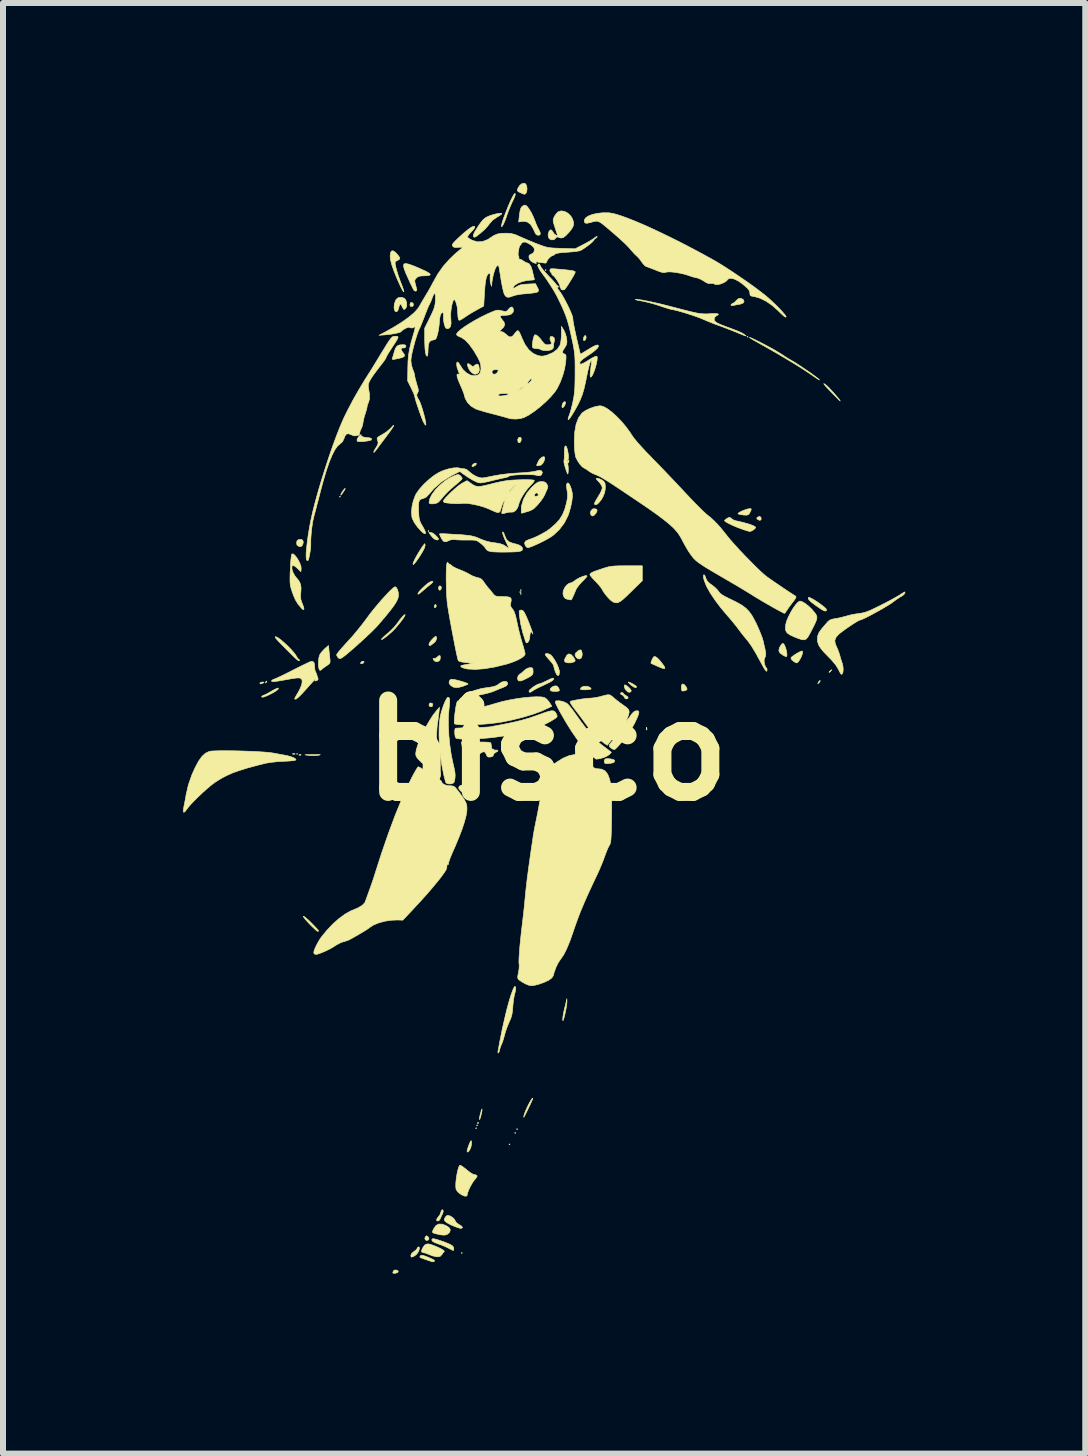
<source format=kicad_pcb>
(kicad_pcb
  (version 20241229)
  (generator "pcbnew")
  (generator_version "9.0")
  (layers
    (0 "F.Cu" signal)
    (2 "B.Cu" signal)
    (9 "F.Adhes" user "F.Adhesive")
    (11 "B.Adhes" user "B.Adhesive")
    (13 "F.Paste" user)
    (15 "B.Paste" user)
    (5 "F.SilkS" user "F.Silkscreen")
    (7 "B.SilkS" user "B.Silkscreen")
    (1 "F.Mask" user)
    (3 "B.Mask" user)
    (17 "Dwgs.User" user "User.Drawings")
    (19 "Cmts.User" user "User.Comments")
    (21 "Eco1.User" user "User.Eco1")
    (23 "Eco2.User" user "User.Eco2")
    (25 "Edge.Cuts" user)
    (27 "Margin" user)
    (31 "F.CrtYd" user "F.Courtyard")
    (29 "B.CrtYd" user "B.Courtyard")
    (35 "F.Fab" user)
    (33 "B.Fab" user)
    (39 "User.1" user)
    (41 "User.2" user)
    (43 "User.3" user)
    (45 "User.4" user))
  (footprint "bisco"
    (layer "F.Cu")
    (at 6.069 9.461)
    (property "Reference" "bisco" (at 0 0 0) (layer "F.SilkS") (effects (font (size 1.524 1.524) (thickness 0.3))))
    (attr through_hole)
    (fp_poly (pts (xy -4.159 0.056) (xy -4.167 0.064) (xy -4.175 0.056) (xy -4.167 0.048) (xy -4.159 0.056)) (stroke (width 0.01) (type solid)) (fill yes) (layer "F.SilkS"))
    (fp_poly (pts (xy -3.445 -4.231) (xy -3.453 -4.223) (xy -3.461 -4.231) (xy -3.453 -4.239) (xy -3.445 -4.231)) (stroke (width 0.01) (type solid)) (fill yes) (layer "F.SilkS"))
    (fp_poly (pts (xy -1.968 -3.659) (xy -1.976 -3.651) (xy -1.984 -3.659) (xy -1.976 -3.667) (xy -1.968 -3.659)) (stroke (width 0.01) (type solid)) (fill yes) (layer "F.SilkS"))
    (fp_poly (pts (xy -1.413 8.374) (xy -1.421 8.382) (xy -1.429 8.374) (xy -1.421 8.366) (xy -1.413 8.374)) (stroke (width 0.01) (type solid)) (fill yes) (layer "F.SilkS"))
    (fp_poly (pts (xy -1.175 6.294) (xy -1.183 6.302) (xy -1.191 6.294) (xy -1.183 6.287) (xy -1.175 6.294)) (stroke (width 0.01) (type solid)) (fill yes) (layer "F.SilkS"))
    (fp_poly (pts (xy -1.159 6.247) (xy -1.167 6.255) (xy -1.175 6.247) (xy -1.167 6.239) (xy -1.159 6.247)) (stroke (width 0.01) (type solid)) (fill yes) (layer "F.SilkS"))
    (fp_poly (pts (xy -0.619 6.564) (xy -0.627 6.572) (xy -0.635 6.564) (xy -0.627 6.556) (xy -0.619 6.564)) (stroke (width 0.01) (type solid)) (fill yes) (layer "F.SilkS"))
    (fp_poly (pts (xy -0.524 6.374) (xy -0.532 6.382) (xy -0.54 6.374) (xy -0.532 6.366) (xy -0.524 6.374)) (stroke (width 0.01) (type solid)) (fill yes) (layer "F.SilkS"))
    (fp_poly (pts (xy -0.492 6.31) (xy -0.5 6.318) (xy -0.508 6.31) (xy -0.5 6.302) (xy -0.492 6.31)) (stroke (width 0.01) (type solid)) (fill yes) (layer "F.SilkS"))
    (fp_poly (pts (xy -0.429 -2.675) (xy -0.437 -2.667) (xy -0.445 -2.675) (xy -0.437 -2.683) (xy -0.429 -2.675)) (stroke (width 0.01) (type solid)) (fill yes) (layer "F.SilkS"))
    (fp_poly (pts (xy -0.429 -2.611) (xy -0.437 -2.603) (xy -0.445 -2.611) (xy -0.437 -2.619) (xy -0.429 -2.611)) (stroke (width 0.01) (type solid)) (fill yes) (layer "F.SilkS"))
    (fp_poly (pts (xy -0.016 -8.009) (xy -0.024 -8.001) (xy -0.032 -8.009) (xy -0.024 -8.017) (xy -0.016 -8.009)) (stroke (width 0.01) (type solid)) (fill yes) (layer "F.SilkS"))
    (fp_poly (pts (xy 3.35 -6.898) (xy 3.342 -6.89) (xy 3.334 -6.898) (xy 3.342 -6.906) (xy 3.35 -6.898)) (stroke (width 0.01) (type solid)) (fill yes) (layer "F.SilkS"))
    (fp_poly (pts (xy -4.203 0.053) (xy -4.201 0.059) (xy -4.223 0.061) (xy -4.245 0.058) (xy -4.243 0.053) (xy -4.21 0.051) (xy -4.203 0.053)) (stroke (width 0.01) (type solid)) (fill yes) (layer "F.SilkS"))
    (fp_poly (pts (xy -4.1 0.07) (xy -4.105 0.077) (xy -4.121 0.078) (xy -4.138 0.074) (xy -4.13 0.069) (xy -4.106 0.067) (xy -4.1 0.07)) (stroke (width 0.01) (type solid)) (fill yes) (layer "F.SilkS"))
    (fp_poly (pts (xy -1.148 6.197) (xy -1.146 6.215) (xy -1.148 6.218) (xy -1.158 6.216) (xy -1.159 6.207) (xy -1.153 6.194) (xy -1.148 6.197)) (stroke (width 0.01) (type solid)) (fill yes) (layer "F.SilkS"))
    (fp_poly (pts (xy -0.434 -2.646) (xy -0.436 -2.636) (xy -0.445 -2.635) (xy -0.458 -2.641) (xy -0.455 -2.646) (xy -0.436 -2.648) (xy -0.434 -2.646)) (stroke (width 0.01) (type solid)) (fill yes) (layer "F.SilkS"))
    (fp_poly (pts (xy 1.662 -0.385) (xy 1.664 -0.352) (xy 1.662 -0.345) (xy 1.656 -0.343) (xy 1.654 -0.365) (xy 1.656 -0.388) (xy 1.662 -0.385)) (stroke (width 0.01) (type solid)) (fill yes) (layer "F.SilkS"))
    (fp_poly (pts (xy -1.853 -2.431) (xy -1.846 -2.407) (xy -1.859 -2.386) (xy -1.873 -2.381) (xy -1.88 -2.394) (xy -1.878 -2.414) (xy -1.865 -2.436) (xy -1.853 -2.431)) (stroke (width 0.01) (type solid)) (fill yes) (layer "F.SilkS"))
    (fp_poly (pts (xy 4.55 -1.151) (xy 4.533 -1.131) (xy 4.514 -1.113) (xy 4.513 -1.119) (xy 4.524 -1.14) (xy 4.541 -1.164) (xy 4.552 -1.168) (xy 4.55 -1.151)) (stroke (width 0.01) (type solid)) (fill yes) (layer "F.SilkS"))
    (fp_poly (pts (xy -4.672 -1.149) (xy -4.675 -1.143) (xy -4.69 -1.128) (xy -4.693 -1.127) (xy -4.694 -1.137) (xy -4.691 -1.143) (xy -4.676 -1.158) (xy -4.673 -1.159) (xy -4.672 -1.149)) (stroke (width 0.01) (type solid)) (fill yes) (layer "F.SilkS"))
    (fp_poly (pts (xy -3.052 -1.486) (xy -3.051 -1.474) (xy -3.071 -1.453) (xy -3.087 -1.447) (xy -3.108 -1.451) (xy -3.108 -1.463) (xy -3.088 -1.484) (xy -3.073 -1.49) (xy -3.052 -1.486)) (stroke (width 0.01) (type solid)) (fill yes) (layer "F.SilkS"))
    (fp_poly (pts (xy -1.91 -0.783) (xy -1.905 -0.762) (xy -1.916 -0.735) (xy -1.937 -0.73) (xy -1.963 -0.741) (xy -1.968 -0.762) (xy -1.957 -0.789) (xy -1.937 -0.794) (xy -1.91 -0.783)) (stroke (width 0.01) (type solid)) (fill yes) (layer "F.SilkS"))
    (fp_poly (pts (xy 4.742 -1.341) (xy 4.733 -1.33) (xy 4.71 -1.305) (xy 4.699 -1.305) (xy 4.699 -1.308) (xy 4.71 -1.321) (xy 4.727 -1.336) (xy 4.746 -1.349) (xy 4.742 -1.341)) (stroke (width 0.01) (type solid)) (fill yes) (layer "F.SilkS"))
    (fp_poly (pts (xy -4.719 -1.14) (xy -4.725 -1.131) (xy -4.731 -1.127) (xy -4.76 -1.114) (xy -4.783 -1.113) (xy -4.788 -1.124) (xy -4.786 -1.127) (xy -4.764 -1.14) (xy -4.742 -1.143) (xy -4.719 -1.14)) (stroke (width 0.01) (type solid)) (fill yes) (layer "F.SilkS"))
    (fp_poly (pts (xy -2.23 -7.449) (xy -2.228 -7.423) (xy -2.247 -7.401) (xy -2.271 -7.401) (xy -2.285 -7.421) (xy -2.286 -7.429) (xy -2.28 -7.458) (xy -2.273 -7.467) (xy -2.249 -7.468) (xy -2.23 -7.449)) (stroke (width 0.01) (type solid)) (fill yes) (layer "F.SilkS"))
    (fp_poly (pts (xy -1.766 -2.733) (xy -1.762 -2.716) (xy -1.77 -2.685) (xy -1.787 -2.672) (xy -1.8 -2.678) (xy -1.81 -2.704) (xy -1.805 -2.732) (xy -1.788 -2.746) (xy -1.786 -2.746) (xy -1.766 -2.733)) (stroke (width 0.01) (type solid)) (fill yes) (layer "F.SilkS"))
    (fp_poly (pts (xy -1.182 -4.79) (xy -1.18 -4.788) (xy -1.181 -4.771) (xy -1.198 -4.753) (xy -1.232 -4.734) (xy -1.25 -4.734) (xy -1.251 -4.749) (xy -1.232 -4.774) (xy -1.205 -4.79) (xy -1.182 -4.79)) (stroke (width 0.01) (type solid)) (fill yes) (layer "F.SilkS"))
    (fp_poly (pts (xy -0.432 -5.211) (xy -0.431 -5.177) (xy -0.438 -5.153) (xy -0.457 -5.13) (xy -0.477 -5.136) (xy -0.486 -5.151) (xy -0.489 -5.188) (xy -0.473 -5.216) (xy -0.453 -5.223) (xy -0.432 -5.211)) (stroke (width 0.01) (type solid)) (fill yes) (layer "F.SilkS"))
    (fp_poly (pts (xy -3.372 -4.348) (xy -3.389 -4.322) (xy -3.419 -4.278) (xy -3.437 -4.258) (xy -3.44 -4.262) (xy -3.427 -4.291) (xy -3.423 -4.299) (xy -3.397 -4.339) (xy -3.372 -4.367) (xy -3.364 -4.369) (xy -3.372 -4.348)) (stroke (width 0.01) (type solid)) (fill yes) (layer "F.SilkS"))
    (fp_poly (pts (xy -1.993 8.096) (xy -1.991 8.097) (xy -1.972 8.123) (xy -1.968 8.136) (xy -1.981 8.159) (xy -2.007 8.166) (xy -2.029 8.156) (xy -2.038 8.129) (xy -2.03 8.109) (xy -2.013 8.088) (xy -1.993 8.096)) (stroke (width 0.01) (type solid)) (fill yes) (layer "F.SilkS"))
    (fp_poly (pts (xy 0.307 -5.805) (xy 0.304 -5.777) (xy 0.289 -5.744) (xy 0.267 -5.72) (xy 0.255 -5.715) (xy 0.248 -5.728) (xy 0.25 -5.754) (xy 0.263 -5.791) (xy 0.282 -5.813) (xy 0.3 -5.815) (xy 0.307 -5.805)) (stroke (width 0.01) (type solid)) (fill yes) (layer "F.SilkS"))
    (fp_poly (pts (xy 0.646 -6.912) (xy 0.651 -6.888) (xy 0.646 -6.86) (xy 0.631 -6.839) (xy 0.626 -6.836) (xy 0.609 -6.836) (xy 0.605 -6.858) (xy 0.606 -6.869) (xy 0.617 -6.902) (xy 0.631 -6.918) (xy 0.646 -6.912)) (stroke (width 0.01) (type solid)) (fill yes) (layer "F.SilkS"))
    (fp_poly (pts (xy 3.56 -3.893) (xy 3.567 -3.88) (xy 3.568 -3.85) (xy 3.549 -3.837) (xy 3.518 -3.847) (xy 3.515 -3.849) (xy 3.495 -3.869) (xy 3.5 -3.883) (xy 3.508 -3.889) (xy 3.541 -3.904) (xy 3.56 -3.893)) (stroke (width 0.01) (type solid)) (fill yes) (layer "F.SilkS"))
    (fp_poly (pts (xy -2.508 8.66) (xy -2.485 8.672) (xy -2.481 8.689) (xy -2.497 8.703) (xy -2.526 8.712) (xy -2.556 8.714) (xy -2.571 8.707) (xy -2.572 8.705) (xy -2.564 8.681) (xy -2.558 8.67) (xy -2.537 8.658) (xy -2.508 8.66)) (stroke (width 0.01) (type solid)) (fill yes) (layer "F.SilkS"))
    (fp_poly (pts (xy 0.824 -4.024) (xy 0.835 -4) (xy 0.819 -3.962) (xy 0.815 -3.956) (xy 0.781 -3.919) (xy 0.756 -3.91) (xy 0.732 -3.927) (xy 0.721 -3.961) (xy 0.732 -3.998) (xy 0.759 -4.026) (xy 0.784 -4.032) (xy 0.824 -4.024)) (stroke (width 0.01) (type solid)) (fill yes) (layer "F.SilkS"))
    (fp_poly (pts (xy -1.084 5.993) (xy -1.09 6.03) (xy -1.1 6.076) (xy -1.111 6.118) (xy -1.122 6.146) (xy -1.125 6.151) (xy -1.128 6.141) (xy -1.124 6.107) (xy -1.114 6.063) (xy -1.101 6.015) (xy -1.09 5.983) (xy -1.085 5.974) (xy -1.084 5.993)) (stroke (width 0.01) (type solid)) (fill yes) (layer "F.SilkS"))
    (fp_poly (pts (xy 1.322 -1.085) (xy 1.354 -1.06) (xy 1.384 -1.03) (xy 1.401 -1.003) (xy 1.403 -0.992) (xy 1.382 -0.971) (xy 1.351 -0.976) (xy 1.318 -1.003) (xy 1.297 -1.034) (xy 1.286 -1.067) (xy 1.288 -1.09) (xy 1.296 -1.095) (xy 1.322 -1.085)) (stroke (width 0.01) (type solid)) (fill yes) (layer "F.SilkS"))
    (fp_poly (pts (xy 1.379 -1.136) (xy 1.416 -1.118) (xy 1.454 -1.096) (xy 1.483 -1.075) (xy 1.492 -1.063) (xy 1.482 -1.048) (xy 1.454 -1.055) (xy 1.412 -1.082) (xy 1.396 -1.095) (xy 1.367 -1.122) (xy 1.353 -1.14) (xy 1.354 -1.142) (xy 1.379 -1.136)) (stroke (width 0.01) (type solid)) (fill yes) (layer "F.SilkS"))
    (fp_poly (pts (xy -4.069 -3.499) (xy -4.064 -3.471) (xy -4.072 -3.436) (xy -4.09 -3.408) (xy -4.111 -3.399) (xy -4.132 -3.404) (xy -4.147 -3.408) (xy -4.17 -3.429) (xy -4.175 -3.462) (xy -4.168 -3.498) (xy -4.143 -3.516) (xy -4.136 -3.518) (xy -4.092 -3.52) (xy -4.069 -3.499)) (stroke (width 0.01) (type solid)) (fill yes) (layer "F.SilkS"))
    (fp_poly (pts (xy -1.907 -3.625) (xy -1.87 -3.598) (xy -1.836 -3.565) (xy -1.813 -3.535) (xy -1.81 -3.523) (xy -1.822 -3.51) (xy -1.851 -3.514) (xy -1.876 -3.525) (xy -1.904 -3.548) (xy -1.934 -3.584) (xy -1.937 -3.588) (xy -1.971 -3.635) (xy -1.936 -3.635) (xy -1.907 -3.625)) (stroke (width 0.01) (type solid)) (fill yes) (layer "F.SilkS"))
    (fp_poly (pts (xy -1.844 -1.891) (xy -1.841 -1.866) (xy -1.857 -1.824) (xy -1.895 -1.787) (xy -1.936 -1.757) (xy -1.958 -1.748) (xy -1.967 -1.759) (xy -1.968 -1.775) (xy -1.958 -1.8) (xy -1.933 -1.835) (xy -1.9 -1.87) (xy -1.87 -1.897) (xy -1.853 -1.905) (xy -1.844 -1.891)) (stroke (width 0.01) (type solid)) (fill yes) (layer "F.SilkS"))
    (fp_poly (pts (xy -1.784 -1.581) (xy -1.778 -1.552) (xy -1.787 -1.507) (xy -1.816 -1.485) (xy -1.837 -1.481) (xy -1.874 -1.491) (xy -1.891 -1.511) (xy -1.901 -1.535) (xy -1.892 -1.538) (xy -1.885 -1.535) (xy -1.857 -1.539) (xy -1.833 -1.557) (xy -1.802 -1.583) (xy -1.784 -1.581)) (stroke (width 0.01) (type solid)) (fill yes) (layer "F.SilkS"))
    (fp_poly (pts (xy 0.175 -1.066) (xy 0.197 -1.036) (xy 0.206 -1.001) (xy 0.193 -0.992) (xy 0.159 -0.986) (xy 0.117 -0.986) (xy 0.079 -0.991) (xy 0.067 -0.995) (xy 0.05 -1.012) (xy 0.057 -1.035) (xy 0.081 -1.058) (xy 0.117 -1.075) (xy 0.151 -1.079) (xy 0.175 -1.066)) (stroke (width 0.01) (type solid)) (fill yes) (layer "F.SilkS"))
    (fp_poly (pts (xy 0.565 -1.676) (xy 0.573 -1.666) (xy 0.585 -1.625) (xy 0.584 -1.58) (xy 0.57 -1.545) (xy 0.568 -1.543) (xy 0.537 -1.525) (xy 0.504 -1.537) (xy 0.485 -1.555) (xy 0.465 -1.591) (xy 0.476 -1.626) (xy 0.516 -1.661) (xy 0.547 -1.678) (xy 0.565 -1.676)) (stroke (width 0.01) (type solid)) (fill yes) (layer "F.SilkS"))
    (fp_poly (pts (xy 0.692 -1.065) (xy 0.727 -1.043) (xy 0.73 -1.04) (xy 0.734 -1.028) (xy 0.718 -1.02) (xy 0.676 -1.015) (xy 0.652 -1.013) (xy 0.59 -1.013) (xy 0.559 -1.02) (xy 0.556 -1.026) (xy 0.569 -1.053) (xy 0.603 -1.069) (xy 0.647 -1.073) (xy 0.692 -1.065)) (stroke (width 0.01) (type solid)) (fill yes) (layer "F.SilkS"))
    (fp_poly (pts (xy 2.287 -1.099) (xy 2.314 -1.069) (xy 2.331 -1.035) (xy 2.334 -1.022) (xy 2.32 -1.007) (xy 2.291 -0.996) (xy 2.26 -0.992) (xy 2.247 -0.997) (xy 2.241 -1.017) (xy 2.238 -1.055) (xy 2.238 -1.058) (xy 2.245 -1.099) (xy 2.261 -1.111) (xy 2.287 -1.099)) (stroke (width 0.01) (type solid)) (fill yes) (layer "F.SilkS"))
    (fp_poly (pts (xy -3.81 0.066) (xy -3.783 0.068) (xy -3.78 0.069) (xy -3.805 0.078) (xy -3.853 0.083) (xy -3.912 0.084) (xy -3.973 0.081) (xy -3.985 0.079) (xy -4.021 0.074) (xy -4.035 0.071) (xy -4.023 0.069) (xy -3.984 0.067) (xy -3.922 0.066) (xy -3.859 0.066) (xy -3.81 0.066)) (stroke (width 0.01) (type solid)) (fill yes) (layer "F.SilkS"))
    (fp_poly (pts (xy -2.127 8.294) (xy -2.14 8.346) (xy -2.174 8.395) (xy -2.209 8.423) (xy -2.247 8.441) (xy -2.265 8.442) (xy -2.27 8.425) (xy -2.27 8.413) (xy -2.256 8.381) (xy -2.222 8.353) (xy -2.187 8.327) (xy -2.166 8.3) (xy -2.166 8.299) (xy -2.151 8.275) (xy -2.134 8.274) (xy -2.127 8.294)) (stroke (width 0.01) (type solid)) (fill yes) (layer "F.SilkS"))
    (fp_poly (pts (xy -1.262 6.505) (xy -1.258 6.528) (xy -1.26 6.563) (xy -1.268 6.603) (xy -1.271 6.615) (xy -1.288 6.654) (xy -1.308 6.682) (xy -1.324 6.693) (xy -1.333 6.683) (xy -1.333 6.678) (xy -1.328 6.648) (xy -1.313 6.602) (xy -1.295 6.554) (xy -1.278 6.517) (xy -1.271 6.505) (xy -1.262 6.505)) (stroke (width 0.01) (type solid)) (fill yes) (layer "F.SilkS"))
    (fp_poly (pts (xy 1.05 0.138) (xy 1.092 0.146) (xy 1.121 0.158) (xy 1.127 0.167) (xy 1.118 0.193) (xy 1.114 0.197) (xy 1.085 0.207) (xy 1.043 0.214) (xy 1 0.218) (xy 0.97 0.216) (xy 0.964 0.213) (xy 0.953 0.186) (xy 0.958 0.155) (xy 0.972 0.139) (xy 1.007 0.135) (xy 1.05 0.138)) (stroke (width 0.01) (type solid)) (fill yes) (layer "F.SilkS"))
    (fp_poly (pts (xy -1.902 -2.819) (xy -1.913 -2.798) (xy -1.936 -2.777) (xy -1.976 -2.745) (xy -2.027 -2.702) (xy -2.063 -2.671) (xy -2.114 -2.628) (xy -2.144 -2.607) (xy -2.154 -2.609) (xy -2.145 -2.632) (xy -2.122 -2.662) (xy -2.083 -2.703) (xy -2.036 -2.747) (xy -1.99 -2.785) (xy -1.954 -2.809) (xy -1.916 -2.824) (xy -1.902 -2.819)) (stroke (width 0.01) (type solid)) (fill yes) (layer "F.SilkS"))
    (fp_poly (pts (xy -1.733 7.664) (xy -1.733 7.694) (xy -1.746 7.727) (xy -1.764 7.763) (xy -1.778 7.799) (xy -1.796 7.828) (xy -1.818 7.842) (xy -1.837 7.838) (xy -1.841 7.821) (xy -1.831 7.795) (xy -1.812 7.772) (xy -1.786 7.737) (xy -1.772 7.699) (xy -1.761 7.666) (xy -1.747 7.652) (xy -1.747 7.652) (xy -1.733 7.664)) (stroke (width 0.01) (type solid)) (fill yes) (layer "F.SilkS"))
    (fp_poly (pts (xy -1.394 0.585) (xy -1.353 0.618) (xy -1.311 0.663) (xy -1.272 0.715) (xy -1.259 0.752) (xy -1.268 0.774) (xy -1.295 0.776) (xy -1.337 0.759) (xy -1.391 0.72) (xy -1.403 0.709) (xy -1.448 0.665) (xy -1.47 0.634) (xy -1.472 0.611) (xy -1.457 0.591) (xy -1.452 0.587) (xy -1.426 0.576) (xy -1.394 0.585)) (stroke (width 0.01) (type solid)) (fill yes) (layer "F.SilkS"))
    (fp_poly (pts (xy -0.358 -9.446) (xy -0.341 -9.415) (xy -0.334 -9.369) (xy -0.338 -9.322) (xy -0.352 -9.29) (xy -0.368 -9.276) (xy -0.384 -9.274) (xy -0.41 -9.283) (xy -0.447 -9.3) (xy -0.483 -9.318) (xy -0.496 -9.335) (xy -0.491 -9.361) (xy -0.483 -9.378) (xy -0.454 -9.423) (xy -0.417 -9.451) (xy -0.378 -9.456) (xy -0.358 -9.446)) (stroke (width 0.01) (type solid)) (fill yes) (layer "F.SilkS"))
    (fp_poly (pts (xy -0.04 -4.89) (xy -0.039 -4.863) (xy -0.051 -4.824) (xy -0.072 -4.787) (xy -0.095 -4.763) (xy -0.096 -4.762) (xy -0.129 -4.75) (xy -0.16 -4.747) (xy -0.174 -4.754) (xy -0.175 -4.755) (xy -0.168 -4.773) (xy -0.151 -4.809) (xy -0.144 -4.825) (xy -0.116 -4.865) (xy -0.084 -4.891) (xy -0.055 -4.899) (xy -0.04 -4.89)) (stroke (width 0.01) (type solid)) (fill yes) (layer "F.SilkS"))
    (fp_poly (pts (xy 0.4 -1.601) (xy 0.438 -1.56) (xy 0.449 -1.542) (xy 0.467 -1.509) (xy 0.467 -1.492) (xy 0.45 -1.479) (xy 0.446 -1.477) (xy 0.399 -1.463) (xy 0.346 -1.462) (xy 0.304 -1.475) (xy 0.303 -1.475) (xy 0.29 -1.49) (xy 0.292 -1.516) (xy 0.301 -1.538) (xy 0.331 -1.591) (xy 0.364 -1.612) (xy 0.4 -1.601)) (stroke (width 0.01) (type solid)) (fill yes) (layer "F.SilkS"))
    (fp_poly (pts (xy 1.267 -0.96) (xy 1.27 -0.953) (xy 1.283 -0.937) (xy 1.313 -0.918) (xy 1.346 -0.895) (xy 1.351 -0.874) (xy 1.328 -0.86) (xy 1.325 -0.86) (xy 1.3 -0.868) (xy 1.291 -0.886) (xy 1.271 -0.916) (xy 1.253 -0.926) (xy 1.228 -0.94) (xy 1.224 -0.958) (xy 1.242 -0.968) (xy 1.246 -0.968) (xy 1.267 -0.96)) (stroke (width 0.01) (type solid)) (fill yes) (layer "F.SilkS"))
    (fp_poly (pts (xy 3.942 -1.781) (xy 3.96 -1.753) (xy 3.978 -1.707) (xy 3.992 -1.654) (xy 3.998 -1.607) (xy 3.998 -1.589) (xy 3.993 -1.57) (xy 3.983 -1.565) (xy 3.959 -1.576) (xy 3.929 -1.592) (xy 3.881 -1.628) (xy 3.863 -1.666) (xy 3.874 -1.714) (xy 3.89 -1.744) (xy 3.915 -1.778) (xy 3.935 -1.785) (xy 3.942 -1.781)) (stroke (width 0.01) (type solid)) (fill yes) (layer "F.SilkS"))
    (fp_poly (pts (xy -4.054 2.763) (xy -4.026 2.784) (xy -3.984 2.82) (xy -3.937 2.865) (xy -3.886 2.917) (xy -3.845 2.96) (xy -3.818 2.991) (xy -3.81 3.004) (xy -3.815 3.015) (xy -3.831 3.01) (xy -3.861 2.986) (xy -3.908 2.942) (xy -3.949 2.901) (xy -3.997 2.85) (xy -4.036 2.806) (xy -4.059 2.774) (xy -4.064 2.762) (xy -4.054 2.763)) (stroke (width 0.01) (type solid)) (fill yes) (layer "F.SilkS"))
    (fp_poly (pts (xy -1.748 7.894) (xy -1.689 7.916) (xy -1.635 7.95) (xy -1.613 7.985) (xy -1.622 8.024) (xy -1.637 8.042) (xy -1.668 8.067) (xy -1.707 8.077) (xy -1.761 8.074) (xy -1.818 8.063) (xy -1.874 8.049) (xy -1.903 8.038) (xy -1.911 8.022) (xy -1.902 7.996) (xy -1.89 7.972) (xy -1.852 7.917) (xy -1.806 7.892) (xy -1.748 7.894)) (stroke (width 0.01) (type solid)) (fill yes) (layer "F.SilkS"))
    (fp_poly (pts (xy 3.266 -7.521) (xy 3.27 -7.517) (xy 3.284 -7.485) (xy 3.267 -7.459) (xy 3.222 -7.442) (xy 3.212 -7.44) (xy 3.159 -7.431) (xy 3.111 -7.421) (xy 3.108 -7.42) (xy 3.075 -7.417) (xy 3.064 -7.427) (xy 3.077 -7.444) (xy 3.096 -7.453) (xy 3.129 -7.474) (xy 3.153 -7.502) (xy 3.188 -7.532) (xy 3.229 -7.539) (xy 3.266 -7.521)) (stroke (width 0.01) (type solid)) (fill yes) (layer "F.SilkS"))
    (fp_poly (pts (xy 3.399 -4.031) (xy 3.404 -4.021) (xy 3.394 -3.994) (xy 3.386 -3.977) (xy 3.37 -3.947) (xy 3.353 -3.931) (xy 3.325 -3.924) (xy 3.28 -3.926) (xy 3.226 -3.933) (xy 3.194 -3.941) (xy 3.183 -3.952) (xy 3.183 -3.953) (xy 3.205 -3.971) (xy 3.247 -3.992) (xy 3.297 -4.012) (xy 3.344 -4.027) (xy 3.375 -4.032) (xy 3.399 -4.031)) (stroke (width 0.01) (type solid)) (fill yes) (layer "F.SilkS"))
    (fp_poly (pts (xy -3.1 -5.26) (xy -3.097 -5.242) (xy -3.067 -5.228) (xy -3.019 -5.218) (xy -2.986 -5.216) (xy -2.947 -5.21) (xy -2.926 -5.196) (xy -2.928 -5.18) (xy -2.948 -5.17) (xy -2.998 -5.16) (xy -3.054 -5.153) (xy -3.107 -5.15) (xy -3.148 -5.152) (xy -3.166 -5.158) (xy -3.167 -5.186) (xy -3.148 -5.223) (xy -3.117 -5.256) (xy -3.1 -5.267) (xy -3.1 -5.26)) (stroke (width 0.01) (type solid)) (fill yes) (layer "F.SilkS"))
    (fp_poly (pts (xy -1.546 -1.184) (xy -1.482 -1.169) (xy -1.421 -1.152) (xy -1.359 -1.132) (xy -1.326 -1.118) (xy -1.317 -1.108) (xy -1.326 -1.102) (xy -1.362 -1.088) (xy -1.408 -1.07) (xy -1.411 -1.069) (xy -1.486 -1.05) (xy -1.552 -1.054) (xy -1.6 -1.08) (xy -1.628 -1.111) (xy -1.634 -1.138) (xy -1.625 -1.166) (xy -1.613 -1.182) (xy -1.588 -1.188) (xy -1.546 -1.184)) (stroke (width 0.01) (type solid)) (fill yes) (layer "F.SilkS"))
    (fp_poly (pts (xy -0.238 5.798) (xy -0.244 5.817) (xy -0.261 5.855) (xy -0.285 5.907) (xy -0.313 5.965) (xy -0.34 6.021) (xy -0.364 6.069) (xy -0.382 6.102) (xy -0.389 6.112) (xy -0.389 6.099) (xy -0.381 6.068) (xy -0.365 6.022) (xy -0.342 5.968) (xy -0.316 5.913) (xy -0.289 5.863) (xy -0.265 5.822) (xy -0.248 5.797) (xy -0.239 5.795) (xy -0.238 5.798)) (stroke (width 0.01) (type solid)) (fill yes) (layer "F.SilkS"))
    (fp_poly (pts (xy 0.331 4.191) (xy 0.328 4.228) (xy 0.32 4.282) (xy 0.308 4.344) (xy 0.295 4.406) (xy 0.281 4.459) (xy 0.27 4.494) (xy 0.265 4.503) (xy 0.262 4.494) (xy 0.262 4.462) (xy 0.264 4.442) (xy 0.273 4.383) (xy 0.285 4.327) (xy 0.287 4.318) (xy 0.301 4.263) (xy 0.315 4.204) (xy 0.316 4.199) (xy 0.33 4.135) (xy 0.331 4.191)) (stroke (width 0.01) (type solid)) (fill yes) (layer "F.SilkS"))
    (fp_poly (pts (xy 1.833 -1.548) (xy 1.876 -1.505) (xy 1.913 -1.459) (xy 1.95 -1.409) (xy 1.965 -1.378) (xy 1.958 -1.366) (xy 1.926 -1.371) (xy 1.869 -1.393) (xy 1.834 -1.408) (xy 1.784 -1.431) (xy 1.747 -1.447) (xy 1.732 -1.455) (xy 1.733 -1.471) (xy 1.744 -1.502) (xy 1.76 -1.536) (xy 1.775 -1.56) (xy 1.779 -1.564) (xy 1.802 -1.567) (xy 1.833 -1.548)) (stroke (width 0.01) (type solid)) (fill yes) (layer "F.SilkS"))
    (fp_poly (pts (xy 4.376 -2.551) (xy 4.413 -2.533) (xy 4.462 -2.505) (xy 4.516 -2.47) (xy 4.569 -2.432) (xy 4.615 -2.396) (xy 4.647 -2.367) (xy 4.659 -2.348) (xy 4.65 -2.326) (xy 4.62 -2.329) (xy 4.571 -2.355) (xy 4.562 -2.361) (xy 4.473 -2.423) (xy 4.41 -2.47) (xy 4.371 -2.506) (xy 4.353 -2.532) (xy 4.355 -2.55) (xy 4.357 -2.553) (xy 4.376 -2.551)) (stroke (width 0.01) (type solid)) (fill yes) (layer "F.SilkS"))
    (fp_poly (pts (xy 4.629 -6.109) (xy 4.648 -6.095) (xy 4.673 -6.074) (xy 4.708 -6.038) (xy 4.75 -5.993) (xy 4.793 -5.945) (xy 4.833 -5.899) (xy 4.865 -5.86) (xy 4.884 -5.834) (xy 4.886 -5.826) (xy 4.874 -5.837) (xy 4.844 -5.866) (xy 4.801 -5.908) (xy 4.761 -5.949) (xy 4.691 -6.022) (xy 4.643 -6.074) (xy 4.617 -6.106) (xy 4.612 -6.117) (xy 4.629 -6.109)) (stroke (width 0.01) (type solid)) (fill yes) (layer "F.SilkS"))
    (fp_poly (pts (xy -4.48 -1.041) (xy -4.481 -1.025) (xy -4.51 -1) (xy -4.566 -0.965) (xy -4.623 -0.935) (xy -4.684 -0.907) (xy -4.728 -0.892) (xy -4.754 -0.89) (xy -4.756 -0.903) (xy -4.755 -0.905) (xy -4.732 -0.92) (xy -4.727 -0.921) (xy -4.706 -0.929) (xy -4.665 -0.949) (xy -4.613 -0.978) (xy -4.6 -0.986) (xy -4.548 -1.016) (xy -4.507 -1.035) (xy -4.483 -1.042) (xy -4.48 -1.041)) (stroke (width 0.01) (type solid)) (fill yes) (layer "F.SilkS"))
    (fp_poly (pts (xy -2.076 8.414) (xy -2.039 8.424) (xy -1.979 8.447) (xy -1.975 8.449) (xy -1.912 8.477) (xy -1.879 8.497) (xy -1.875 8.51) (xy -1.876 8.511) (xy -1.89 8.519) (xy -1.903 8.522) (xy -1.924 8.518) (xy -1.96 8.506) (xy -2 8.492) (xy -2.052 8.474) (xy -2.092 8.459) (xy -2.109 8.453) (xy -2.122 8.441) (xy -2.112 8.423) (xy -2.099 8.413) (xy -2.076 8.414)) (stroke (width 0.01) (type solid)) (fill yes) (layer "F.SilkS"))
    (fp_poly (pts (xy -2.036 -3.448) (xy -2.033 -3.416) (xy -2.046 -3.373) (xy -2.076 -3.315) (xy -2.124 -3.237) (xy -2.125 -3.235) (xy -2.173 -3.165) (xy -2.208 -3.12) (xy -2.229 -3.1) (xy -2.235 -3.107) (xy -2.231 -3.129) (xy -2.217 -3.162) (xy -2.193 -3.209) (xy -2.163 -3.264) (xy -2.129 -3.32) (xy -2.096 -3.373) (xy -2.066 -3.416) (xy -2.045 -3.443) (xy -2.036 -3.448) (xy -2.036 -3.448)) (stroke (width 0.01) (type solid)) (fill yes) (layer "F.SilkS"))
    (fp_poly (pts (xy 4.254 -1.659) (xy 4.26 -1.639) (xy 4.252 -1.602) (xy 4.234 -1.556) (xy 4.21 -1.512) (xy 4.185 -1.477) (xy 4.164 -1.461) (xy 4.161 -1.461) (xy 4.141 -1.468) (xy 4.12 -1.479) (xy 4.08 -1.511) (xy 4.064 -1.543) (xy 4.064 -1.544) (xy 4.077 -1.56) (xy 4.109 -1.584) (xy 4.151 -1.612) (xy 4.195 -1.637) (xy 4.232 -1.655) (xy 4.253 -1.66) (xy 4.254 -1.659)) (stroke (width 0.01) (type solid)) (fill yes) (layer "F.SilkS"))
    (fp_poly (pts (xy -1.277 -6.429) (xy -1.276 -6.428) (xy -1.249 -6.405) (xy -1.23 -6.403) (xy -1.209 -6.419) (xy -1.174 -6.442) (xy -1.15 -6.437) (xy -1.137 -6.41) (xy -1.128 -6.344) (xy -1.141 -6.301) (xy -1.158 -6.287) (xy -1.192 -6.273) (xy -1.22 -6.277) (xy -1.252 -6.297) (xy -1.282 -6.327) (xy -1.307 -6.368) (xy -1.324 -6.411) (xy -1.326 -6.443) (xy -1.324 -6.447) (xy -1.307 -6.449) (xy -1.277 -6.429)) (stroke (width 0.01) (type solid)) (fill yes) (layer "F.SilkS"))
    (fp_poly (pts (xy -3.633 -1.65) (xy -3.626 -1.588) (xy -3.62 -1.532) (xy -3.617 -1.501) (xy -3.618 -1.467) (xy -3.637 -1.441) (xy -3.667 -1.419) (xy -3.71 -1.39) (xy -3.745 -1.363) (xy -3.75 -1.358) (xy -3.777 -1.337) (xy -3.792 -1.341) (xy -3.803 -1.368) (xy -3.812 -1.423) (xy -3.811 -1.491) (xy -3.802 -1.556) (xy -3.787 -1.601) (xy -3.761 -1.639) (xy -3.722 -1.682) (xy -3.704 -1.699) (xy -3.643 -1.752) (xy -3.633 -1.65)) (stroke (width 0.01) (type solid)) (fill yes) (layer "F.SilkS"))
    (fp_poly (pts (xy -1.886 8.138) (xy -1.843 8.148) (xy -1.786 8.166) (xy -1.723 8.188) (xy -1.661 8.212) (xy -1.615 8.232) (xy -1.573 8.259) (xy -1.556 8.288) (xy -1.556 8.298) (xy -1.558 8.326) (xy -1.561 8.334) (xy -1.577 8.328) (xy -1.612 8.31) (xy -1.642 8.295) (xy -1.699 8.268) (xy -1.769 8.239) (xy -1.819 8.222) (xy -1.882 8.197) (xy -1.916 8.173) (xy -1.921 8.15) (xy -1.907 8.137) (xy -1.886 8.138)) (stroke (width 0.01) (type solid)) (fill yes) (layer "F.SilkS"))
    (fp_poly (pts (xy -0.24 -1.372) (xy -0.236 -1.361) (xy -0.233 -1.31) (xy -0.238 -1.276) (xy -0.257 -1.252) (xy -0.295 -1.227) (xy -0.325 -1.211) (xy -0.393 -1.177) (xy -0.44 -1.161) (xy -0.471 -1.162) (xy -0.482 -1.169) (xy -0.493 -1.2) (xy -0.485 -1.238) (xy -0.462 -1.269) (xy -0.456 -1.272) (xy -0.421 -1.297) (xy -0.383 -1.332) (xy -0.379 -1.336) (xy -0.343 -1.363) (xy -0.302 -1.379) (xy -0.265 -1.383) (xy -0.24 -1.372)) (stroke (width 0.01) (type solid)) (fill yes) (layer "F.SilkS"))
    (fp_poly (pts (xy -1.615 7.758) (xy -1.571 7.786) (xy -1.539 7.821) (xy -1.533 7.837) (xy -1.511 7.87) (xy -1.469 7.9) (xy -1.466 7.902) (xy -1.426 7.926) (xy -1.41 7.948) (xy -1.421 7.962) (xy -1.432 7.964) (xy -1.457 7.961) (xy -1.501 7.947) (xy -1.543 7.932) (xy -1.601 7.907) (xy -1.653 7.88) (xy -1.678 7.864) (xy -1.707 7.839) (xy -1.713 7.817) (xy -1.703 7.789) (xy -1.681 7.759) (xy -1.658 7.747) (xy -1.615 7.758)) (stroke (width 0.01) (type solid)) (fill yes) (layer "F.SilkS"))
    (fp_poly (pts (xy -2.381 -7.54) (xy -2.355 -7.511) (xy -2.341 -7.465) (xy -2.339 -7.415) (xy -2.349 -7.384) (xy -2.372 -7.355) (xy -2.393 -7.357) (xy -2.413 -7.392) (xy -2.415 -7.398) (xy -2.433 -7.435) (xy -2.45 -7.442) (xy -2.463 -7.416) (xy -2.47 -7.39) (xy -2.485 -7.34) (xy -2.505 -7.315) (xy -2.526 -7.317) (xy -2.54 -7.335) (xy -2.551 -7.381) (xy -2.546 -7.44) (xy -2.527 -7.498) (xy -2.515 -7.521) (xy -2.479 -7.55) (xy -2.429 -7.556) (xy -2.381 -7.54)) (stroke (width 0.01) (type solid)) (fill yes) (layer "F.SilkS"))
    (fp_poly (pts (xy -1.953 8.229) (xy -1.906 8.244) (xy -1.852 8.265) (xy -1.799 8.289) (xy -1.753 8.313) (xy -1.722 8.333) (xy -1.712 8.347) (xy -1.714 8.35) (xy -1.735 8.373) (xy -1.752 8.4) (xy -1.784 8.432) (xy -1.835 8.439) (xy -1.907 8.423) (xy -1.953 8.406) (xy -2.004 8.385) (xy -2.048 8.371) (xy -2.068 8.367) (xy -2.091 8.358) (xy -2.091 8.33) (xy -2.069 8.284) (xy -2.064 8.275) (xy -2.033 8.237) (xy -1.998 8.224) (xy -1.987 8.223) (xy -1.953 8.229)) (stroke (width 0.01) (type solid)) (fill yes) (layer "F.SilkS"))
    (fp_poly (pts (xy -0.529 -9.278) (xy -0.534 -9.25) (xy -0.554 -9.199) (xy -0.587 -9.131) (xy -0.614 -9.07) (xy -0.644 -8.995) (xy -0.671 -8.92) (xy -0.673 -8.912) (xy -0.696 -8.847) (xy -0.719 -8.793) (xy -0.739 -8.753) (xy -0.754 -8.732) (xy -0.761 -8.736) (xy -0.761 -8.74) (xy -0.756 -8.772) (xy -0.741 -8.825) (xy -0.718 -8.892) (xy -0.689 -8.968) (xy -0.658 -9.047) (xy -0.626 -9.123) (xy -0.595 -9.191) (xy -0.568 -9.244) (xy -0.547 -9.278) (xy -0.537 -9.287) (xy -0.529 -9.278)) (stroke (width 0.01) (type solid)) (fill yes) (layer "F.SilkS"))
    (fp_poly (pts (xy 0.01 -1.617) (xy 0.047 -1.603) (xy 0.059 -1.596) (xy 0.091 -1.562) (xy 0.128 -1.507) (xy 0.163 -1.444) (xy 0.19 -1.38) (xy 0.205 -1.327) (xy 0.206 -1.313) (xy 0.201 -1.267) (xy 0.186 -1.249) (xy 0.165 -1.261) (xy 0.143 -1.302) (xy 0.137 -1.315) (xy 0.122 -1.363) (xy 0.112 -1.4) (xy 0.111 -1.411) (xy 0.101 -1.434) (xy 0.074 -1.47) (xy 0.04 -1.51) (xy 0.003 -1.551) (xy -0.023 -1.585) (xy -0.032 -1.603) (xy -0.02 -1.617) (xy 0.01 -1.617)) (stroke (width 0.01) (type solid)) (fill yes) (layer "F.SilkS"))
    (fp_poly (pts (xy -2.384 -6.765) (xy -2.356 -6.756) (xy -2.353 -6.735) (xy -2.37 -6.713) (xy -2.392 -6.712) (xy -2.426 -6.709) (xy -2.434 -6.689) (xy -2.417 -6.654) (xy -2.403 -6.636) (xy -2.379 -6.602) (xy -2.375 -6.578) (xy -2.395 -6.56) (xy -2.441 -6.544) (xy -2.492 -6.533) (xy -2.545 -6.522) (xy -2.573 -6.52) (xy -2.582 -6.525) (xy -2.579 -6.538) (xy -2.569 -6.569) (xy -2.555 -6.616) (xy -2.548 -6.641) (xy -2.527 -6.706) (xy -2.498 -6.744) (xy -2.456 -6.762) (xy -2.393 -6.765) (xy -2.384 -6.765)) (stroke (width 0.01) (type solid)) (fill yes) (layer "F.SilkS"))
    (fp_poly (pts (xy -2.365 -2.263) (xy -2.375 -2.239) (xy -2.402 -2.198) (xy -2.44 -2.147) (xy -2.485 -2.091) (xy -2.531 -2.037) (xy -2.574 -1.992) (xy -2.589 -1.978) (xy -2.655 -1.92) (xy -2.708 -1.879) (xy -2.744 -1.855) (xy -2.761 -1.851) (xy -2.762 -1.854) (xy -2.751 -1.869) (xy -2.72 -1.899) (xy -2.676 -1.938) (xy -2.658 -1.952) (xy -2.599 -2.005) (xy -2.541 -2.066) (xy -2.496 -2.122) (xy -2.493 -2.126) (xy -2.455 -2.179) (xy -2.419 -2.223) (xy -2.389 -2.254) (xy -2.37 -2.267) (xy -2.365 -2.263)) (stroke (width 0.01) (type solid)) (fill yes) (layer "F.SilkS"))
    (fp_poly (pts (xy 3.057 -3.881) (xy 3.071 -3.869) (xy 3.107 -3.844) (xy 3.14 -3.832) (xy 3.263 -3.804) (xy 3.359 -3.777) (xy 3.428 -3.753) (xy 3.467 -3.732) (xy 3.477 -3.717) (xy 3.464 -3.698) (xy 3.434 -3.675) (xy 3.4 -3.657) (xy 3.378 -3.652) (xy 3.353 -3.658) (xy 3.309 -3.671) (xy 3.254 -3.69) (xy 3.17 -3.721) (xy 3.094 -3.753) (xy 3.03 -3.784) (xy 2.984 -3.809) (xy 2.96 -3.828) (xy 2.958 -3.834) (xy 2.975 -3.852) (xy 3.004 -3.873) (xy 3.035 -3.887) (xy 3.057 -3.881)) (stroke (width 0.01) (type solid)) (fill yes) (layer "F.SilkS"))
    (fp_poly (pts (xy 0.111 -1.204) (xy 0.111 -1.201) (xy 0.105 -1.183) (xy 0.085 -1.164) (xy 0.046 -1.14) (xy -0.015 -1.11) (xy -0.079 -1.08) (xy -0.141 -1.051) (xy -0.195 -1.023) (xy -0.232 -1.001) (xy -0.236 -0.998) (xy -0.275 -0.973) (xy -0.296 -0.973) (xy -0.302 -0.992) (xy -0.289 -1.012) (xy -0.257 -1.04) (xy -0.216 -1.07) (xy -0.173 -1.095) (xy -0.139 -1.11) (xy -0.131 -1.111) (xy -0.107 -1.118) (xy -0.065 -1.136) (xy -0.011 -1.161) (xy 0.000396 -1.167) (xy 0.06 -1.195) (xy 0.096 -1.207) (xy 0.111 -1.204)) (stroke (width 0.01) (type solid)) (fill yes) (layer "F.SilkS"))
    (fp_poly (pts (xy -4.516 -1.896) (xy -4.484 -1.88) (xy -4.437 -1.845) (xy -4.381 -1.797) (xy -4.322 -1.742) (xy -4.266 -1.685) (xy -4.219 -1.631) (xy -4.187 -1.588) (xy -4.18 -1.576) (xy -4.161 -1.542) (xy -4.144 -1.524) (xy -4.142 -1.524) (xy -4.128 -1.512) (xy -4.128 -1.508) (xy -4.13 -1.497) (xy -4.14 -1.496) (xy -4.159 -1.508) (xy -4.19 -1.535) (xy -4.236 -1.578) (xy -4.299 -1.641) (xy -4.358 -1.7) (xy -4.43 -1.773) (xy -4.482 -1.826) (xy -4.514 -1.863) (xy -4.531 -1.885) (xy -4.532 -1.896) (xy -4.521 -1.897) (xy -4.516 -1.896)) (stroke (width 0.01) (type solid)) (fill yes) (layer "F.SilkS"))
    (fp_poly (pts (xy -0.754 -8.953) (xy -0.762 -8.939) (xy -0.792 -8.917) (xy -0.825 -8.898) (xy -0.91 -8.839) (xy -0.959 -8.782) (xy -0.996 -8.735) (xy -1.033 -8.693) (xy -1.051 -8.676) (xy -1.116 -8.621) (xy -1.161 -8.584) (xy -1.191 -8.564) (xy -1.21 -8.557) (xy -1.222 -8.562) (xy -1.23 -8.573) (xy -1.229 -8.595) (xy -1.213 -8.632) (xy -1.204 -8.65) (xy -1.15 -8.737) (xy -1.106 -8.8) (xy -1.07 -8.844) (xy -1.036 -8.874) (xy -1.015 -8.888) (xy -0.971 -8.909) (xy -0.916 -8.928) (xy -0.858 -8.944) (xy -0.806 -8.954) (xy -0.768 -8.957) (xy -0.754 -8.953)) (stroke (width 0.01) (type solid)) (fill yes) (layer "F.SilkS"))
    (fp_poly (pts (xy -2.558 -5.411) (xy -2.576 -5.38) (xy -2.609 -5.333) (xy -2.646 -5.282) (xy -2.692 -5.22) (xy -2.746 -5.149) (xy -2.789 -5.092) (xy -2.833 -5.032) (xy -2.862 -4.995) (xy -2.879 -4.975) (xy -2.887 -4.97) (xy -2.889 -4.975) (xy -2.889 -4.978) (xy -2.881 -4.999) (xy -2.86 -5.036) (xy -2.848 -5.054) (xy -2.822 -5.1) (xy -2.816 -5.138) (xy -2.829 -5.185) (xy -2.833 -5.193) (xy -2.831 -5.211) (xy -2.809 -5.232) (xy -2.762 -5.259) (xy -2.753 -5.264) (xy -2.691 -5.302) (xy -2.63 -5.351) (xy -2.6 -5.381) (xy -2.569 -5.414) (xy -2.555 -5.423) (xy -2.558 -5.411)) (stroke (width 0.01) (type solid)) (fill yes) (layer "F.SilkS"))
    (fp_poly (pts (xy -1.458 -4.591) (xy -1.444 -4.58) (xy -1.421 -4.552) (xy -1.414 -4.534) (xy -1.426 -4.517) (xy -1.458 -4.486) (xy -1.504 -4.446) (xy -1.534 -4.421) (xy -1.596 -4.369) (xy -1.657 -4.312) (xy -1.706 -4.26) (xy -1.718 -4.247) (xy -1.757 -4.2) (xy -1.793 -4.16) (xy -1.814 -4.139) (xy -1.845 -4.123) (xy -1.886 -4.114) (xy -1.927 -4.112) (xy -1.958 -4.118) (xy -1.968 -4.13) (xy -1.955 -4.197) (xy -1.917 -4.272) (xy -1.859 -4.35) (xy -1.786 -4.425) (xy -1.703 -4.494) (xy -1.615 -4.55) (xy -1.548 -4.581) (xy -1.504 -4.597) (xy -1.477 -4.6) (xy -1.458 -4.591)) (stroke (width 0.01) (type solid)) (fill yes) (layer "F.SilkS"))
    (fp_poly (pts (xy -2.556 -8.326) (xy -2.515 -8.292) (xy -2.515 -8.292) (xy -2.474 -8.244) (xy -2.455 -8.212) (xy -2.459 -8.191) (xy -2.482 -8.176) (xy -2.515 -8.159) (xy -2.531 -8.145) (xy -2.533 -8.119) (xy -2.524 -8.069) (xy -2.506 -8) (xy -2.481 -7.918) (xy -2.449 -7.829) (xy -2.434 -7.791) (xy -2.407 -7.72) (xy -2.391 -7.671) (xy -2.387 -7.647) (xy -2.394 -7.648) (xy -2.412 -7.676) (xy -2.44 -7.732) (xy -2.442 -7.736) (xy -2.504 -7.874) (xy -2.554 -7.998) (xy -2.59 -8.103) (xy -2.611 -8.188) (xy -2.616 -8.249) (xy -2.616 -8.249) (xy -2.607 -8.305) (xy -2.586 -8.331) (xy -2.556 -8.326)) (stroke (width 0.01) (type solid)) (fill yes) (layer "F.SilkS"))
    (fp_poly (pts (xy -0.411 -2.338) (xy -0.395 -2.325) (xy -0.376 -2.296) (xy -0.352 -2.248) (xy -0.324 -2.183) (xy -0.302 -2.129) (xy -0.281 -2.074) (xy -0.262 -2.023) (xy -0.247 -1.981) (xy -0.238 -1.952) (xy -0.236 -1.943) (xy -0.244 -1.956) (xy -0.248 -1.965) (xy -0.262 -1.979) (xy -0.276 -1.967) (xy -0.285 -1.936) (xy -0.286 -1.921) (xy -0.291 -1.871) (xy -0.304 -1.829) (xy -0.322 -1.802) (xy -0.341 -1.794) (xy -0.356 -1.811) (xy -0.357 -1.814) (xy -0.405 -1.965) (xy -0.441 -2.118) (xy -0.462 -2.26) (xy -0.463 -2.278) (xy -0.465 -2.319) (xy -0.457 -2.337) (xy -0.435 -2.342) (xy -0.43 -2.342) (xy -0.411 -2.338)) (stroke (width 0.01) (type solid)) (fill yes) (layer "F.SilkS"))
    (fp_poly (pts (xy -0.331 -9.069) (xy -0.297 -9.023) (xy -0.26 -8.961) (xy -0.227 -8.891) (xy -0.207 -8.842) (xy -0.184 -8.781) (xy -0.159 -8.724) (xy -0.141 -8.69) (xy -0.121 -8.65) (xy -0.111 -8.617) (xy -0.111 -8.614) (xy -0.123 -8.594) (xy -0.15 -8.589) (xy -0.178 -8.6) (xy -0.186 -8.608) (xy -0.201 -8.634) (xy -0.221 -8.677) (xy -0.23 -8.696) (xy -0.273 -8.768) (xy -0.327 -8.81) (xy -0.391 -8.823) (xy -0.412 -8.82) (xy -0.473 -8.811) (xy -0.466 -8.878) (xy -0.457 -8.955) (xy -0.448 -9.006) (xy -0.437 -9.04) (xy -0.423 -9.063) (xy -0.413 -9.072) (xy -0.382 -9.09) (xy -0.359 -9.091) (xy -0.331 -9.069)) (stroke (width 0.01) (type solid)) (fill yes) (layer "F.SilkS"))
    (fp_poly (pts (xy 0.667 -2.909) (xy 0.656 -2.892) (xy 0.628 -2.86) (xy 0.589 -2.82) (xy 0.586 -2.817) (xy 0.542 -2.77) (xy 0.506 -2.724) (xy 0.485 -2.691) (xy 0.466 -2.645) (xy 0.443 -2.59) (xy 0.436 -2.576) (xy 0.418 -2.536) (xy 0.403 -2.513) (xy 0.398 -2.511) (xy 0.377 -2.515) (xy 0.346 -2.52) (xy 0.304 -2.534) (xy 0.279 -2.565) (xy 0.265 -2.611) (xy 0.269 -2.659) (xy 0.291 -2.711) (xy 0.326 -2.757) (xy 0.365 -2.787) (xy 0.382 -2.791) (xy 0.424 -2.806) (xy 0.452 -2.825) (xy 0.49 -2.853) (xy 0.537 -2.878) (xy 0.586 -2.9) (xy 0.629 -2.913) (xy 0.658 -2.916) (xy 0.667 -2.909)) (stroke (width 0.01) (type solid)) (fill yes) (layer "F.SilkS"))
    (fp_poly (pts (xy 0.868 -4.532) (xy 0.91 -4.512) (xy 0.917 -4.509) (xy 0.948 -4.485) (xy 0.965 -4.457) (xy 0.971 -4.415) (xy 0.969 -4.351) (xy 0.969 -4.35) (xy 0.958 -4.296) (xy 0.936 -4.239) (xy 0.906 -4.186) (xy 0.872 -4.141) (xy 0.839 -4.109) (xy 0.809 -4.097) (xy 0.788 -4.108) (xy 0.788 -4.108) (xy 0.792 -4.126) (xy 0.811 -4.164) (xy 0.84 -4.213) (xy 0.85 -4.23) (xy 0.884 -4.286) (xy 0.908 -4.337) (xy 0.92 -4.374) (xy 0.921 -4.379) (xy 0.908 -4.42) (xy 0.872 -4.47) (xy 0.862 -4.48) (xy 0.83 -4.515) (xy 0.819 -4.533) (xy 0.827 -4.54) (xy 0.834 -4.54) (xy 0.868 -4.532)) (stroke (width 0.01) (type solid)) (fill yes) (layer "F.SilkS"))
    (fp_poly (pts (xy 4.253 -2.481) (xy 4.301 -2.453) (xy 4.354 -2.412) (xy 4.405 -2.364) (xy 4.421 -2.347) (xy 4.46 -2.3) (xy 4.486 -2.263) (xy 4.498 -2.229) (xy 4.495 -2.192) (xy 4.478 -2.144) (xy 4.447 -2.079) (xy 4.42 -2.025) (xy 4.378 -1.945) (xy 4.346 -1.89) (xy 4.317 -1.858) (xy 4.284 -1.846) (xy 4.243 -1.85) (xy 4.186 -1.869) (xy 4.125 -1.893) (xy 4.05 -1.927) (xy 4.002 -1.961) (xy 3.977 -2.001) (xy 3.972 -2.052) (xy 3.977 -2.097) (xy 3.993 -2.158) (xy 4.022 -2.227) (xy 4.058 -2.299) (xy 4.099 -2.368) (xy 4.14 -2.426) (xy 4.179 -2.47) (xy 4.21 -2.491) (xy 4.218 -2.492) (xy 4.253 -2.481)) (stroke (width 0.01) (type solid)) (fill yes) (layer "F.SilkS"))
    (fp_poly (pts (xy -2.313 -8.11) (xy -2.24 -8.085) (xy -2.142 -8.044) (xy -2.088 -8.02) (xy -2.01 -7.984) (xy -1.963 -7.956) (xy -1.946 -7.935) (xy -1.96 -7.922) (xy -2.002 -7.915) (xy -2.043 -7.914) (xy -2.103 -7.911) (xy -2.142 -7.903) (xy -2.17 -7.885) (xy -2.178 -7.878) (xy -2.199 -7.853) (xy -2.206 -7.829) (xy -2.2 -7.792) (xy -2.194 -7.772) (xy -2.182 -7.725) (xy -2.173 -7.69) (xy -2.171 -7.682) (xy -2.177 -7.662) (xy -2.198 -7.658) (xy -2.218 -7.671) (xy -2.231 -7.693) (xy -2.253 -7.738) (xy -2.282 -7.797) (xy -2.308 -7.855) (xy -2.352 -7.953) (xy -2.381 -8.027) (xy -2.393 -8.078) (xy -2.387 -8.109) (xy -2.361 -8.119) (xy -2.313 -8.11)) (stroke (width 0.01) (type solid)) (fill yes) (layer "F.SilkS"))
    (fp_poly (pts (xy -0.679 -1.151) (xy -0.661 -1.135) (xy -0.659 -1.103) (xy -0.682 -1.077) (xy -0.734 -1.052) (xy -0.741 -1.049) (xy -0.792 -1.03) (xy -0.853 -1.004) (xy -0.881 -0.992) (xy -0.932 -0.973) (xy -1.003 -0.953) (xy -1.082 -0.935) (xy -1.119 -0.928) (xy -1.193 -0.913) (xy -1.259 -0.898) (xy -1.31 -0.885) (xy -1.328 -0.879) (xy -1.365 -0.867) (xy -1.386 -0.871) (xy -1.396 -0.88) (xy -1.404 -0.901) (xy -1.387 -0.92) (xy -1.377 -0.928) (xy -1.302 -0.967) (xy -1.206 -1.003) (xy -1.103 -1.032) (xy -1.022 -1.046) (xy -0.943 -1.057) (xy -0.888 -1.068) (xy -0.849 -1.081) (xy -0.82 -1.098) (xy -0.801 -1.113) (xy -0.759 -1.14) (xy -0.715 -1.153) (xy -0.679 -1.151)) (stroke (width 0.01) (type solid)) (fill yes) (layer "F.SilkS"))
    (fp_poly (pts (xy -1.434 6.918) (xy -1.398 6.942) (xy -1.353 6.977) (xy -1.344 6.985) (xy -1.296 7.023) (xy -1.255 7.051) (xy -1.228 7.064) (xy -1.225 7.065) (xy -1.188 7.073) (xy -1.176 7.079) (xy -1.166 7.092) (xy -1.174 7.113) (xy -1.202 7.148) (xy -1.21 7.156) (xy -1.241 7.199) (xy -1.274 7.257) (xy -1.304 7.318) (xy -1.325 7.374) (xy -1.333 7.414) (xy -1.333 7.414) (xy -1.345 7.428) (xy -1.376 7.426) (xy -1.42 7.407) (xy -1.449 7.389) (xy -1.488 7.356) (xy -1.514 7.319) (xy -1.518 7.309) (xy -1.522 7.266) (xy -1.521 7.206) (xy -1.514 7.137) (xy -1.503 7.066) (xy -1.489 7) (xy -1.474 6.948) (xy -1.459 6.917) (xy -1.453 6.911) (xy -1.434 6.918)) (stroke (width 0.01) (type solid)) (fill yes) (layer "F.SilkS"))
    (fp_poly (pts (xy 1.587 -2.831) (xy 1.398 -2.646) (xy 1.323 -2.573) (xy 1.266 -2.521) (xy 1.222 -2.487) (xy 1.187 -2.468) (xy 1.157 -2.462) (xy 1.128 -2.467) (xy 1.103 -2.476) (xy 1.067 -2.5) (xy 1.023 -2.542) (xy 0.977 -2.596) (xy 0.938 -2.651) (xy 0.923 -2.678) (xy 0.896 -2.72) (xy 0.854 -2.771) (xy 0.806 -2.823) (xy 0.803 -2.825) (xy 0.761 -2.869) (xy 0.73 -2.906) (xy 0.715 -2.929) (xy 0.714 -2.932) (xy 0.719 -2.947) (xy 0.738 -2.962) (xy 0.773 -2.98) (xy 0.83 -3.001) (xy 0.913 -3.029) (xy 0.922 -3.032) (xy 0.978 -3.05) (xy 1.025 -3.063) (xy 1.071 -3.071) (xy 1.123 -3.076) (xy 1.188 -3.079) (xy 1.274 -3.08) (xy 1.327 -3.08) (xy 1.587 -3.08) (xy 1.587 -2.831)) (stroke (width 0.01) (type solid)) (fill yes) (layer "F.SilkS"))
    (fp_poly (pts (xy -0.528 3.937) (xy -0.524 3.945) (xy -0.522 3.982) (xy -0.533 4.032) (xy -0.536 4.04) (xy -0.547 4.084) (xy -0.558 4.149) (xy -0.567 4.224) (xy -0.57 4.263) (xy -0.577 4.346) (xy -0.588 4.409) (xy -0.604 4.463) (xy -0.629 4.52) (xy -0.631 4.524) (xy -0.662 4.598) (xy -0.692 4.681) (xy -0.708 4.739) (xy -0.725 4.802) (xy -0.744 4.86) (xy -0.76 4.897) (xy -0.779 4.944) (xy -0.79 4.985) (xy -0.8 5.021) (xy -0.811 5.04) (xy -0.819 5.038) (xy -0.818 5.009) (xy -0.816 5) (xy -0.781 4.813) (xy -0.745 4.634) (xy -0.707 4.467) (xy -0.671 4.316) (xy -0.635 4.184) (xy -0.602 4.076) (xy -0.572 3.995) (xy -0.57 3.989) (xy -0.55 3.947) (xy -0.537 3.93) (xy -0.528 3.937)) (stroke (width 0.01) (type solid)) (fill yes) (layer "F.SilkS"))
    (fp_poly (pts (xy -1.802 -0.635) (xy -1.81 -0.57) (xy -1.82 -0.493) (xy -1.828 -0.443) (xy -1.834 -0.389) (xy -1.839 -0.312) (xy -1.844 -0.221) (xy -1.847 -0.125) (xy -1.848 -0.092) (xy -1.85 -0.006) (xy -1.853 0.069) (xy -1.857 0.127) (xy -1.861 0.163) (xy -1.863 0.171) (xy -1.864 0.195) (xy -1.853 0.234) (xy -1.848 0.246) (xy -1.83 0.299) (xy -1.83 0.327) (xy -1.85 0.335) (xy -1.892 0.325) (xy -1.961 0.295) (xy -2.025 0.254) (xy -2.095 0.196) (xy -2.115 0.176) (xy -2.16 0.13) (xy -2.183 0.093) (xy -2.19 0.058) (xy -2.19 0.056) (xy -2.181 -0.008) (xy -2.156 -0.091) (xy -2.119 -0.189) (xy -2.071 -0.293) (xy -2.017 -0.4) (xy -1.958 -0.502) (xy -1.899 -0.593) (xy -1.841 -0.667) (xy -1.793 -0.722) (xy -1.802 -0.635)) (stroke (width 0.01) (type solid)) (fill yes) (layer "F.SilkS"))
    (fp_poly (pts (xy -1.634 -0.882) (xy -1.625 -0.857) (xy -1.624 -0.811) (xy -1.629 -0.739) (xy -1.635 -0.686) (xy -1.645 -0.56) (xy -1.645 -0.413) (xy -1.637 -0.253) (xy -1.621 -0.09) (xy -1.598 0.067) (xy -1.57 0.204) (xy -1.549 0.294) (xy -1.536 0.362) (xy -1.532 0.415) (xy -1.535 0.462) (xy -1.545 0.511) (xy -1.55 0.528) (xy -1.57 0.547) (xy -1.607 0.556) (xy -1.648 0.555) (xy -1.68 0.542) (xy -1.689 0.531) (xy -1.697 0.503) (xy -1.71 0.455) (xy -1.722 0.405) (xy -1.754 0.243) (xy -1.778 0.075) (xy -1.794 -0.092) (xy -1.801 -0.252) (xy -1.799 -0.399) (xy -1.787 -0.527) (xy -1.774 -0.599) (xy -1.753 -0.674) (xy -1.729 -0.746) (xy -1.703 -0.81) (xy -1.679 -0.858) (xy -1.659 -0.885) (xy -1.651 -0.889) (xy -1.634 -0.882)) (stroke (width 0.01) (type solid)) (fill yes) (layer "F.SilkS"))
    (fp_poly (pts (xy -0.152 -6.906) (xy -0.112 -6.864) (xy -0.076 -6.816) (xy -0.044 -6.779) (xy -0.008 -6.764) (xy 0.011 -6.763) (xy 0.054 -6.769) (xy 0.075 -6.787) (xy 0.069 -6.81) (xy 0.065 -6.815) (xy 0.051 -6.844) (xy 0.048 -6.87) (xy 0.054 -6.898) (xy 0.078 -6.903) (xy 0.083 -6.903) (xy 0.115 -6.885) (xy 0.126 -6.849) (xy 0.118 -6.813) (xy 0.109 -6.775) (xy 0.11 -6.759) (xy 0.105 -6.712) (xy 0.077 -6.682) (xy 0.022 -6.669) (xy -0.008 -6.668) (xy -0.057 -6.67) (xy -0.093 -6.677) (xy -0.103 -6.683) (xy -0.124 -6.694) (xy -0.163 -6.699) (xy -0.174 -6.699) (xy -0.223 -6.706) (xy -0.244 -6.723) (xy -0.246 -6.754) (xy -0.242 -6.802) (xy -0.232 -6.855) (xy -0.22 -6.901) (xy -0.207 -6.928) (xy -0.206 -6.928) (xy -0.185 -6.929) (xy -0.152 -6.906)) (stroke (width 0.01) (type solid)) (fill yes) (layer "F.SilkS"))
    (fp_poly (pts (xy 0.128 -8.03) (xy 0.171 -8.026) (xy 0.278 -8.017) (xy 0.357 -8.008) (xy 0.412 -8.001) (xy 0.446 -7.993) (xy 0.465 -7.985) (xy 0.47 -7.978) (xy 0.464 -7.96) (xy 0.445 -7.922) (xy 0.416 -7.872) (xy 0.382 -7.817) (xy 0.348 -7.763) (xy 0.317 -7.718) (xy 0.294 -7.688) (xy 0.288 -7.682) (xy 0.266 -7.678) (xy 0.25 -7.68) (xy 0.231 -7.691) (xy 0.231 -7.701) (xy 0.229 -7.714) (xy 0.224 -7.715) (xy 0.214 -7.727) (xy 0.216 -7.737) (xy 0.211 -7.76) (xy 0.192 -7.798) (xy 0.165 -7.842) (xy 0.135 -7.883) (xy 0.109 -7.913) (xy 0.094 -7.922) (xy 0.081 -7.935) (xy 0.079 -7.945) (xy 0.071 -7.967) (xy 0.064 -7.969) (xy 0.051 -7.983) (xy 0.048 -8.003) (xy 0.049 -8.02) (xy 0.059 -8.029) (xy 0.083 -8.032) (xy 0.128 -8.03)) (stroke (width 0.01) (type solid)) (fill yes) (layer "F.SilkS"))
    (fp_poly (pts (xy 0.325 -5.061) (xy 0.34 -5.015) (xy 0.353 -4.943) (xy 0.354 -4.934) (xy 0.357 -4.886) (xy 0.353 -4.855) (xy 0.349 -4.85) (xy 0.334 -4.827) (xy 0.334 -4.821) (xy 0.34 -4.815) (xy 0.349 -4.826) (xy 0.362 -4.841) (xy 0.365 -4.827) (xy 0.365 -4.823) (xy 0.355 -4.796) (xy 0.345 -4.789) (xy 0.336 -4.781) (xy 0.341 -4.78) (xy 0.348 -4.765) (xy 0.352 -4.73) (xy 0.354 -4.686) (xy 0.352 -4.644) (xy 0.348 -4.615) (xy 0.345 -4.61) (xy 0.338 -4.621) (xy 0.324 -4.655) (xy 0.307 -4.706) (xy 0.305 -4.71) (xy 0.29 -4.765) (xy 0.281 -4.808) (xy 0.281 -4.831) (xy 0.281 -4.831) (xy 0.285 -4.853) (xy 0.288 -4.899) (xy 0.288 -4.957) (xy 0.288 -4.963) (xy 0.29 -5.032) (xy 0.298 -5.07) (xy 0.311 -5.08) (xy 0.325 -5.061)) (stroke (width 0.01) (type solid)) (fill yes) (layer "F.SilkS"))
    (fp_poly (pts (xy 3.39 -6.883) (xy 3.429 -6.866) (xy 3.485 -6.839) (xy 3.553 -6.805) (xy 3.628 -6.766) (xy 3.705 -6.725) (xy 3.778 -6.685) (xy 3.842 -6.647) (xy 3.892 -6.616) (xy 3.895 -6.615) (xy 3.955 -6.575) (xy 4.01 -6.54) (xy 4.051 -6.516) (xy 4.064 -6.508) (xy 4.105 -6.485) (xy 4.16 -6.451) (xy 4.224 -6.409) (xy 4.292 -6.363) (xy 4.36 -6.317) (xy 4.423 -6.272) (xy 4.477 -6.232) (xy 4.517 -6.201) (xy 4.539 -6.182) (xy 4.54 -6.177) (xy 4.525 -6.185) (xy 4.489 -6.208) (xy 4.438 -6.242) (xy 4.381 -6.281) (xy 4.275 -6.352) (xy 4.145 -6.434) (xy 3.996 -6.524) (xy 3.832 -6.621) (xy 3.659 -6.72) (xy 3.582 -6.763) (xy 3.509 -6.804) (xy 3.447 -6.839) (xy 3.401 -6.867) (xy 3.376 -6.883) (xy 3.373 -6.887) (xy 3.39 -6.883)) (stroke (width 0.01) (type solid)) (fill yes) (layer "F.SilkS"))
    (fp_poly (pts (xy 0.277 -0.813) (xy 0.332 -0.786) (xy 0.344 -0.776) (xy 0.372 -0.745) (xy 0.411 -0.697) (xy 0.452 -0.641) (xy 0.462 -0.627) (xy 0.567 -0.479) (xy 0.665 -0.351) (xy 0.754 -0.245) (xy 0.831 -0.162) (xy 0.893 -0.108) (xy 0.947 -0.067) (xy 0.996 -0.03) (xy 1.03 -0.004) (xy 1.032 -0.002) (xy 1.072 0.029) (xy 1.036 0.067) (xy 0.999 0.092) (xy 0.944 0.116) (xy 0.883 0.134) (xy 0.827 0.143) (xy 0.82 0.143) (xy 0.802 0.132) (xy 0.766 0.104) (xy 0.72 0.063) (xy 0.682 0.028) (xy 0.599 -0.063) (xy 0.507 -0.179) (xy 0.41 -0.319) (xy 0.311 -0.478) (xy 0.24 -0.601) (xy 0.194 -0.684) (xy 0.163 -0.744) (xy 0.144 -0.784) (xy 0.138 -0.809) (xy 0.142 -0.823) (xy 0.154 -0.829) (xy 0.156 -0.829) (xy 0.213 -0.829) (xy 0.277 -0.813)) (stroke (width 0.01) (type solid)) (fill yes) (layer "F.SilkS"))
    (fp_poly (pts (xy -0.05 -4.48) (xy -0.022 -4.465) (xy -0.004 -4.442) (xy 0.013 -4.405) (xy 0.008 -4.372) (xy 0.004 -4.363) (xy -0.014 -4.323) (xy -0.035 -4.274) (xy -0.038 -4.266) (xy -0.066 -4.215) (xy -0.11 -4.153) (xy -0.161 -4.092) (xy -0.211 -4.042) (xy -0.237 -4.021) (xy -0.283 -3.998) (xy -0.325 -3.984) (xy -0.369 -3.972) (xy -0.401 -3.961) (xy -0.424 -3.957) (xy -0.43 -3.963) (xy -0.427 -4.076) (xy -0.393 -4.189) (xy -0.36 -4.248) (xy -0.215 -4.248) (xy -0.201 -4.239) (xy -0.182 -4.239) (xy -0.151 -4.245) (xy -0.146 -4.265) (xy -0.146 -4.265) (xy -0.161 -4.293) (xy -0.185 -4.294) (xy -0.206 -4.271) (xy -0.215 -4.248) (xy -0.36 -4.248) (xy -0.332 -4.299) (xy -0.254 -4.39) (xy -0.205 -4.436) (xy -0.169 -4.464) (xy -0.138 -4.478) (xy -0.104 -4.483) (xy -0.096 -4.483) (xy -0.05 -4.48)) (stroke (width 0.01) (type solid)) (fill yes) (layer "F.SilkS"))
    (fp_poly (pts (xy 0.366 -4.447) (xy 0.386 -4.41) (xy 0.404 -4.358) (xy 0.418 -4.301) (xy 0.42 -4.292) (xy 0.422 -4.23) (xy 0.412 -4.148) (xy 0.392 -4.055) (xy 0.364 -3.958) (xy 0.35 -3.918) (xy 0.29 -3.798) (xy 0.207 -3.687) (xy 0.108 -3.593) (xy 0.076 -3.57) (xy 0.025 -3.538) (xy -0.04 -3.502) (xy -0.112 -3.466) (xy -0.184 -3.432) (xy -0.248 -3.405) (xy -0.297 -3.387) (xy -0.323 -3.381) (xy -0.345 -3.394) (xy -0.365 -3.421) (xy -0.375 -3.463) (xy -0.355 -3.494) (xy -0.306 -3.516) (xy -0.305 -3.516) (xy -0.244 -3.537) (xy -0.168 -3.57) (xy -0.087 -3.612) (xy -0.013 -3.654) (xy 0.044 -3.694) (xy 0.137 -3.774) (xy 0.206 -3.849) (xy 0.257 -3.93) (xy 0.295 -4.022) (xy 0.325 -4.132) (xy 0.339 -4.204) (xy 0.342 -4.264) (xy 0.335 -4.327) (xy 0.333 -4.335) (xy 0.324 -4.401) (xy 0.326 -4.441) (xy 0.339 -4.459) (xy 0.35 -4.461) (xy 0.366 -4.447)) (stroke (width 0.01) (type solid)) (fill yes) (layer "F.SilkS"))
    (fp_poly (pts (xy -2.51 -2.716) (xy -2.491 -2.679) (xy -2.479 -2.628) (xy -2.477 -2.591) (xy -2.481 -2.555) (xy -2.495 -2.514) (xy -2.521 -2.465) (xy -2.561 -2.405) (xy -2.616 -2.332) (xy -2.689 -2.242) (xy -2.781 -2.134) (xy -2.829 -2.078) (xy -2.869 -2.036) (xy -2.926 -1.979) (xy -2.996 -1.913) (xy -3.074 -1.841) (xy -3.154 -1.768) (xy -3.232 -1.699) (xy -3.304 -1.637) (xy -3.363 -1.588) (xy -3.406 -1.556) (xy -3.413 -1.551) (xy -3.445 -1.533) (xy -3.465 -1.534) (xy -3.483 -1.548) (xy -3.503 -1.579) (xy -3.508 -1.597) (xy -3.498 -1.616) (xy -3.469 -1.654) (xy -3.425 -1.705) (xy -3.37 -1.767) (xy -3.326 -1.815) (xy -3.249 -1.899) (xy -3.167 -1.997) (xy -3.087 -2.096) (xy -3.019 -2.186) (xy -3.004 -2.206) (xy -2.953 -2.276) (xy -2.893 -2.352) (xy -2.828 -2.43) (xy -2.762 -2.507) (xy -2.697 -2.579) (xy -2.639 -2.641) (xy -2.589 -2.689) (xy -2.552 -2.721) (xy -2.533 -2.731) (xy -2.51 -2.716)) (stroke (width 0.01) (type solid)) (fill yes) (layer "F.SilkS"))
    (fp_poly (pts (xy 0.292 -8.987) (xy 0.348 -8.957) (xy 0.396 -8.909) (xy 0.423 -8.864) (xy 0.441 -8.809) (xy 0.442 -8.762) (xy 0.423 -8.715) (xy 0.383 -8.66) (xy 0.362 -8.635) (xy 0.31 -8.581) (xy 0.27 -8.551) (xy 0.235 -8.543) (xy 0.199 -8.552) (xy 0.19 -8.557) (xy 0.163 -8.563) (xy 0.144 -8.543) (xy 0.143 -8.541) (xy 0.113 -8.514) (xy 0.071 -8.514) (xy 0.044 -8.526) (xy 0.022 -8.555) (xy 0.017 -8.6) (xy 0.03 -8.649) (xy 0.032 -8.653) (xy 0.054 -8.679) (xy 0.075 -8.676) (xy 0.1 -8.642) (xy 0.103 -8.636) (xy 0.123 -8.609) (xy 0.147 -8.592) (xy 0.166 -8.587) (xy 0.172 -8.598) (xy 0.169 -8.608) (xy 0.16 -8.633) (xy 0.145 -8.678) (xy 0.127 -8.734) (xy 0.127 -8.734) (xy 0.109 -8.791) (xy 0.102 -8.828) (xy 0.103 -8.856) (xy 0.114 -8.885) (xy 0.12 -8.898) (xy 0.147 -8.942) (xy 0.179 -8.976) (xy 0.184 -8.98) (xy 0.235 -8.996) (xy 0.292 -8.987)) (stroke (width 0.01) (type solid)) (fill yes) (layer "F.SilkS"))
    (fp_poly (pts (xy -4.206 -3.257) (xy -4.174 -3.218) (xy -4.144 -3.17) (xy -4.119 -3.118) (xy -4.102 -3.069) (xy -4.099 -3.031) (xy -4.104 -2.981) (xy -4.163 -3.039) (xy -4.2 -3.07) (xy -4.229 -3.086) (xy -4.241 -3.087) (xy -4.254 -3.061) (xy -4.251 -3.018) (xy -4.234 -2.967) (xy -4.205 -2.915) (xy -4.184 -2.888) (xy -4.137 -2.83) (xy -4.111 -2.777) (xy -4.101 -2.717) (xy -4.104 -2.638) (xy -4.105 -2.635) (xy -4.109 -2.57) (xy -4.104 -2.519) (xy -4.089 -2.47) (xy -4.08 -2.449) (xy -4.058 -2.39) (xy -4.052 -2.356) (xy -4.061 -2.347) (xy -4.086 -2.364) (xy -4.097 -2.377) (xy -4.151 -2.441) (xy -4.192 -2.507) (xy -4.228 -2.588) (xy -4.248 -2.645) (xy -4.264 -2.694) (xy -4.275 -2.735) (xy -4.282 -2.775) (xy -4.285 -2.822) (xy -4.285 -2.882) (xy -4.283 -2.963) (xy -4.28 -3.015) (xy -4.276 -3.107) (xy -4.27 -3.183) (xy -4.263 -3.24) (xy -4.256 -3.273) (xy -4.254 -3.277) (xy -4.233 -3.278) (xy -4.206 -3.257)) (stroke (width 0.01) (type solid)) (fill yes) (layer "F.SilkS"))
    (fp_poly (pts (xy -1.088 -0.142) (xy -1.02 -0.141) (xy -0.975 -0.138) (xy -0.949 -0.133) (xy -0.937 -0.125) (xy -0.935 -0.119) (xy -0.93 -0.087) (xy -0.929 -0.079) (xy -0.924 -0.05) (xy -0.923 -0.039) (xy -0.913 -0.022) (xy -0.905 -0.024) (xy -0.89 -0.023) (xy -0.889 -0.018) (xy -0.876 -0.007) (xy -0.858 -0.008) (xy -0.826 -0.007) (xy -0.818 0.006) (xy -0.836 0.021) (xy -0.848 0.025) (xy -0.882 0.046) (xy -0.892 0.069) (xy -0.905 0.096) (xy -0.941 0.107) (xy -0.947 0.108) (xy -0.983 0.107) (xy -1.003 0.089) (xy -1.013 0.064) (xy -1.033 0.028) (xy -1.061 0.019) (xy -1.099 0.036) (xy -1.126 0.057) (xy -1.174 0.085) (xy -1.217 0.089) (xy -1.249 0.069) (xy -1.259 0.046) (xy -1.272 0.022) (xy -1.301 0.018) (xy -1.313 0.02) (xy -1.357 0.03) (xy -1.386 0.039) (xy -1.405 0.043) (xy -1.412 0.027) (xy -1.412 -0.002) (xy -1.414 -0.054) (xy -1.42 -0.099) (xy -1.429 -0.143) (xy -1.183 -0.143) (xy -1.088 -0.142)) (stroke (width 0.01) (type solid)) (fill yes) (layer "F.SilkS"))
    (fp_poly (pts (xy -0.094 -0.894) (xy -0.048 -0.886) (xy -0.016 -0.866) (xy 0.02 -0.829) (xy 0.036 -0.807) (xy 0.08 -0.739) (xy 0.028 -0.713) (xy -0.091 -0.659) (xy -0.235 -0.606) (xy -0.398 -0.557) (xy -0.572 -0.513) (xy -0.74 -0.478) (xy -0.829 -0.464) (xy -0.93 -0.452) (xy -1.036 -0.442) (xy -1.143 -0.435) (xy -1.247 -0.43) (xy -1.343 -0.428) (xy -1.425 -0.429) (xy -1.489 -0.434) (xy -1.531 -0.441) (xy -1.545 -0.45) (xy -1.547 -0.475) (xy -1.545 -0.522) (xy -1.54 -0.583) (xy -1.538 -0.604) (xy -1.524 -0.708) (xy -1.51 -0.78) (xy -1.496 -0.821) (xy -1.481 -0.83) (xy -1.466 -0.807) (xy -1.453 -0.763) (xy -1.434 -0.707) (xy -1.406 -0.676) (xy -1.362 -0.669) (xy -1.307 -0.677) (xy -1.253 -0.689) (xy -1.182 -0.705) (xy -1.11 -0.72) (xy -1.103 -0.721) (xy -1.021 -0.74) (xy -0.932 -0.764) (xy -0.857 -0.786) (xy -0.752 -0.816) (xy -0.635 -0.842) (xy -0.513 -0.864) (xy -0.392 -0.881) (xy -0.277 -0.892) (xy -0.176 -0.897) (xy -0.094 -0.894)) (stroke (width 0.01) (type solid)) (fill yes) (layer "F.SilkS"))
    (fp_poly (pts (xy 0.104 -0.662) (xy 0.128 -0.651) (xy 0.145 -0.629) (xy 0.152 -0.616) (xy 0.164 -0.592) (xy 0.168 -0.572) (xy 0.16 -0.555) (xy 0.136 -0.535) (xy 0.092 -0.508) (xy 0.026 -0.47) (xy 0.008 -0.461) (xy -0.106 -0.404) (xy -0.23 -0.355) (xy -0.367 -0.313) (xy -0.523 -0.277) (xy -0.702 -0.246) (xy -0.865 -0.223) (xy -0.979 -0.21) (xy -1.094 -0.201) (xy -1.204 -0.194) (xy -1.305 -0.191) (xy -1.393 -0.191) (xy -1.461 -0.195) (xy -1.506 -0.203) (xy -1.521 -0.21) (xy -1.532 -0.235) (xy -1.538 -0.277) (xy -1.54 -0.322) (xy -1.535 -0.358) (xy -1.528 -0.371) (xy -1.508 -0.374) (xy -1.463 -0.376) (xy -1.397 -0.379) (xy -1.316 -0.381) (xy -1.262 -0.381) (xy -1.169 -0.383) (xy -1.081 -0.386) (xy -1.007 -0.391) (xy -0.953 -0.395) (xy -0.937 -0.398) (xy -0.885 -0.408) (xy -0.817 -0.421) (xy -0.745 -0.434) (xy -0.738 -0.436) (xy -0.574 -0.469) (xy -0.432 -0.503) (xy -0.302 -0.54) (xy -0.176 -0.583) (xy -0.14 -0.596) (xy -0.047 -0.63) (xy 0.022 -0.652) (xy 0.071 -0.663) (xy 0.104 -0.662)) (stroke (width 0.01) (type solid)) (fill yes) (layer "F.SilkS"))
    (fp_poly (pts (xy -3.884 -1.465) (xy -3.875 -1.417) (xy -3.874 -1.388) (xy -3.87 -1.344) (xy -3.861 -1.313) (xy -3.858 -1.309) (xy -3.843 -1.281) (xy -3.838 -1.262) (xy -3.827 -1.224) (xy -3.819 -1.209) (xy -3.818 -1.183) (xy -3.828 -1.173) (xy -3.856 -1.16) (xy -3.869 -1.164) (xy -3.866 -1.175) (xy -3.858 -1.191) (xy -3.869 -1.185) (xy -3.899 -1.154) (xy -3.949 -1.1) (xy -4.016 -1.024) (xy -4.089 -0.944) (xy -4.145 -0.889) (xy -4.183 -0.86) (xy -4.203 -0.856) (xy -4.207 -0.867) (xy -4.199 -0.884) (xy -4.179 -0.92) (xy -4.15 -0.968) (xy -4.15 -0.968) (xy -4.119 -1.027) (xy -4.095 -1.085) (xy -4.085 -1.124) (xy -4.083 -1.168) (xy -4.095 -1.196) (xy -4.124 -1.21) (xy -4.175 -1.21) (xy -4.252 -1.199) (xy -4.263 -1.197) (xy -4.37 -1.178) (xy -4.45 -1.164) (xy -4.508 -1.155) (xy -4.546 -1.15) (xy -4.571 -1.149) (xy -4.584 -1.152) (xy -4.592 -1.156) (xy -4.589 -1.171) (xy -4.558 -1.187) (xy -4.548 -1.191) (xy -4.514 -1.204) (xy -4.459 -1.23) (xy -4.387 -1.264) (xy -4.305 -1.305) (xy -4.233 -1.342) (xy -4.148 -1.385) (xy -4.071 -1.423) (xy -4.006 -1.454) (xy -3.96 -1.476) (xy -3.939 -1.484) (xy -3.905 -1.486) (xy -3.884 -1.465)) (stroke (width 0.01) (type solid)) (fill yes) (layer "F.SilkS"))
    (fp_poly (pts (xy -5.221 0.004) (xy -5.101 0.007) (xy -4.98 0.011) (xy -4.863 0.016) (xy -4.757 0.022) (xy -4.665 0.029) (xy -4.593 0.037) (xy -4.556 0.043) (xy -4.491 0.055) (xy -4.432 0.067) (xy -4.391 0.073) (xy -4.389 0.074) (xy -4.326 0.086) (xy -4.264 0.104) (xy -4.216 0.124) (xy -4.194 0.138) (xy -4.186 0.15) (xy -4.192 0.159) (xy -4.215 0.166) (xy -4.26 0.171) (xy -4.329 0.176) (xy -4.421 0.18) (xy -4.507 0.186) (xy -4.596 0.196) (xy -4.673 0.208) (xy -4.707 0.215) (xy -4.875 0.258) (xy -5.017 0.297) (xy -5.137 0.335) (xy -5.24 0.372) (xy -5.331 0.412) (xy -5.415 0.455) (xy -5.495 0.503) (xy -5.537 0.531) (xy -5.594 0.573) (xy -5.663 0.631) (xy -5.739 0.699) (xy -5.815 0.771) (xy -5.887 0.842) (xy -5.947 0.906) (xy -5.991 0.958) (xy -6.001 0.972) (xy -6.034 1.016) (xy -6.055 1.03) (xy -6.064 1.015) (xy -6.064 1.007) (xy -6.061 0.977) (xy -6.053 0.931) (xy -6.05 0.916) (xy -6.04 0.865) (xy -6.027 0.798) (xy -6.017 0.738) (xy -5.979 0.572) (xy -5.92 0.403) (xy -5.868 0.287) (xy -5.81 0.178) (xy -5.753 0.098) (xy -5.694 0.044) (xy -5.632 0.015) (xy -5.63 0.014) (xy -5.591 0.008) (xy -5.525 0.005) (xy -5.438 0.003) (xy -5.335 0.003) (xy -5.221 0.004)) (stroke (width 0.01) (type solid)) (fill yes) (layer "F.SilkS"))
    (fp_poly (pts (xy 2.629 -2.919) (xy 2.644 -2.881) (xy 2.648 -2.869) (xy 2.668 -2.828) (xy 2.709 -2.787) (xy 2.744 -2.762) (xy 2.794 -2.723) (xy 2.838 -2.68) (xy 2.858 -2.654) (xy 2.879 -2.627) (xy 2.912 -2.6) (xy 2.962 -2.57) (xy 3.034 -2.534) (xy 3.07 -2.517) (xy 3.174 -2.465) (xy 3.254 -2.418) (xy 3.316 -2.371) (xy 3.366 -2.319) (xy 3.41 -2.259) (xy 3.411 -2.258) (xy 3.446 -2.196) (xy 3.486 -2.119) (xy 3.525 -2.033) (xy 3.56 -1.949) (xy 3.588 -1.875) (xy 3.603 -1.823) (xy 3.616 -1.763) (xy 3.632 -1.696) (xy 3.636 -1.677) (xy 3.646 -1.616) (xy 3.641 -1.574) (xy 3.638 -1.566) (xy 3.623 -1.529) (xy 3.618 -1.508) (xy 3.619 -1.473) (xy 3.628 -1.432) (xy 3.64 -1.398) (xy 3.652 -1.381) (xy 3.653 -1.381) (xy 3.665 -1.368) (xy 3.667 -1.349) (xy 3.664 -1.326) (xy 3.655 -1.322) (xy 3.639 -1.34) (xy 3.612 -1.381) (xy 3.575 -1.449) (xy 3.549 -1.496) (xy 3.474 -1.633) (xy 3.407 -1.743) (xy 3.345 -1.83) (xy 3.302 -1.881) (xy 3.271 -1.919) (xy 3.23 -1.971) (xy 3.19 -2.024) (xy 3.148 -2.08) (xy 3.093 -2.148) (xy 3.036 -2.216) (xy 3.016 -2.238) (xy 2.9 -2.375) (xy 2.801 -2.506) (xy 2.72 -2.627) (xy 2.659 -2.736) (xy 2.621 -2.83) (xy 2.608 -2.88) (xy 2.606 -2.919) (xy 2.615 -2.932) (xy 2.629 -2.919)) (stroke (width 0.01) (type solid)) (fill yes) (layer "F.SilkS"))
    (fp_poly (pts (xy 1.515 -7.519) (xy 1.58 -7.51) (xy 1.669 -7.493) (xy 1.778 -7.47) (xy 1.904 -7.441) (xy 2.043 -7.406) (xy 2.167 -7.374) (xy 2.289 -7.342) (xy 2.386 -7.318) (xy 2.462 -7.3) (xy 2.524 -7.288) (xy 2.576 -7.282) (xy 2.623 -7.279) (xy 2.671 -7.279) (xy 2.725 -7.282) (xy 2.727 -7.283) (xy 2.799 -7.285) (xy 2.843 -7.281) (xy 2.857 -7.272) (xy 2.842 -7.257) (xy 2.822 -7.247) (xy 2.792 -7.218) (xy 2.786 -7.191) (xy 2.791 -7.167) (xy 2.81 -7.145) (xy 2.846 -7.122) (xy 2.905 -7.096) (xy 2.988 -7.064) (xy 3.091 -7.026) (xy 3.169 -6.996) (xy 3.225 -6.972) (xy 3.264 -6.952) (xy 3.287 -6.936) (xy 3.308 -6.92) (xy 3.316 -6.911) (xy 3.308 -6.912) (xy 3.281 -6.921) (xy 3.231 -6.941) (xy 3.159 -6.971) (xy 3.072 -7.006) (xy 2.973 -7.044) (xy 2.881 -7.079) (xy 2.857 -7.087) (xy 2.778 -7.116) (xy 2.696 -7.149) (xy 2.625 -7.179) (xy 2.603 -7.188) (xy 2.554 -7.209) (xy 2.486 -7.234) (xy 2.407 -7.261) (xy 2.324 -7.288) (xy 2.243 -7.312) (xy 2.172 -7.332) (xy 2.117 -7.345) (xy 2.087 -7.35) (xy 2.062 -7.355) (xy 2.015 -7.369) (xy 1.951 -7.389) (xy 1.88 -7.413) (xy 1.793 -7.441) (xy 1.701 -7.466) (xy 1.616 -7.486) (xy 1.568 -7.496) (xy 1.514 -7.505) (xy 1.48 -7.514) (xy 1.471 -7.519) (xy 1.476 -7.521) (xy 1.515 -7.519)) (stroke (width 0.01) (type solid)) (fill yes) (layer "F.SilkS"))
    (fp_poly (pts (xy 1.06 -0.921) (xy 1.085 -0.902) (xy 1.11 -0.88) (xy 1.159 -0.84) (xy 1.22 -0.793) (xy 1.275 -0.754) (xy 1.33 -0.714) (xy 1.36 -0.68) (xy 1.369 -0.643) (xy 1.358 -0.593) (xy 1.339 -0.543) (xy 1.316 -0.484) (xy 1.349 -0.524) (xy 1.383 -0.568) (xy 1.409 -0.608) (xy 1.442 -0.643) (xy 1.481 -0.663) (xy 1.516 -0.662) (xy 1.527 -0.654) (xy 1.53 -0.631) (xy 1.518 -0.587) (xy 1.494 -0.529) (xy 1.462 -0.461) (xy 1.423 -0.39) (xy 1.381 -0.323) (xy 1.372 -0.309) (xy 1.32 -0.238) (xy 1.268 -0.17) (xy 1.217 -0.109) (xy 1.173 -0.06) (xy 1.14 -0.027) (xy 1.121 -0.016) (xy 1.095 -0.024) (xy 1.067 -0.041) (xy 1.038 -0.067) (xy 1.036 -0.093) (xy 1.061 -0.127) (xy 1.065 -0.132) (xy 1.092 -0.164) (xy 1.128 -0.211) (xy 1.153 -0.246) (xy 1.209 -0.325) (xy 1.148 -0.262) (xy 1.104 -0.213) (xy 1.062 -0.163) (xy 1.046 -0.143) (xy 1.005 -0.088) (xy 0.959 -0.118) (xy 0.894 -0.169) (xy 0.819 -0.239) (xy 0.742 -0.322) (xy 0.669 -0.412) (xy 0.642 -0.449) (xy 0.594 -0.515) (xy 0.546 -0.58) (xy 0.505 -0.633) (xy 0.491 -0.651) (xy 0.44 -0.717) (xy 0.404 -0.769) (xy 0.385 -0.804) (xy 0.384 -0.818) (xy 0.405 -0.826) (xy 0.449 -0.836) (xy 0.507 -0.847) (xy 0.573 -0.858) (xy 0.636 -0.867) (xy 0.69 -0.872) (xy 0.715 -0.873) (xy 0.772 -0.878) (xy 0.84 -0.889) (xy 0.882 -0.899) (xy 0.953 -0.918) (xy 1.001 -0.929) (xy 1.034 -0.93) (xy 1.06 -0.921)) (stroke (width 0.01) (type solid)) (fill yes) (layer "F.SilkS"))
    (fp_poly (pts (xy -0.723 -3.628) (xy -0.707 -3.591) (xy -0.699 -3.567) (xy -0.674 -3.515) (xy -0.633 -3.479) (xy -0.57 -3.455) (xy -0.531 -3.446) (xy -0.471 -3.428) (xy -0.428 -3.402) (xy -0.408 -3.372) (xy -0.414 -3.342) (xy -0.419 -3.336) (xy -0.437 -3.326) (xy -0.47 -3.318) (xy -0.522 -3.313) (xy -0.598 -3.31) (xy -0.654 -3.309) (xy -0.74 -3.308) (xy -0.82 -3.309) (xy -0.887 -3.312) (xy -0.931 -3.315) (xy -0.933 -3.316) (xy -0.984 -3.329) (xy -1.014 -3.353) (xy -1.021 -3.365) (xy -1.044 -3.397) (xy -1.083 -3.435) (xy -1.11 -3.457) (xy -1.144 -3.482) (xy -1.172 -3.498) (xy -1.204 -3.506) (xy -1.247 -3.509) (xy -1.311 -3.509) (xy -1.332 -3.509) (xy -1.405 -3.509) (xy -1.471 -3.511) (xy -1.52 -3.514) (xy -1.534 -3.517) (xy -1.599 -3.515) (xy -1.632 -3.502) (xy -1.683 -3.481) (xy -1.718 -3.483) (xy -1.745 -3.511) (xy -1.762 -3.539) (xy -1.781 -3.579) (xy -1.793 -3.606) (xy -1.794 -3.611) (xy -1.779 -3.614) (xy -1.741 -3.615) (xy -1.686 -3.613) (xy -1.671 -3.612) (xy -1.595 -3.607) (xy -1.505 -3.602) (xy -1.416 -3.597) (xy -1.397 -3.595) (xy -1.282 -3.583) (xy -1.196 -3.562) (xy -1.175 -3.554) (xy -1.083 -3.515) (xy -1.005 -3.488) (xy -0.93 -3.471) (xy -0.861 -3.462) (xy -0.786 -3.449) (xy -0.732 -3.431) (xy -0.69 -3.406) (xy -0.657 -3.382) (xy -0.637 -3.371) (xy -0.635 -3.371) (xy -0.642 -3.388) (xy -0.659 -3.425) (xy -0.681 -3.471) (xy -0.707 -3.528) (xy -0.728 -3.581) (xy -0.738 -3.612) (xy -0.742 -3.641) (xy -0.736 -3.645) (xy -0.723 -3.628)) (stroke (width 0.01) (type solid)) (fill yes) (layer "F.SilkS"))
    (fp_poly (pts (xy 5.965 -2.625) (xy 5.946 -2.599) (xy 5.915 -2.576) (xy 5.909 -2.572) (xy 5.876 -2.554) (xy 5.828 -2.522) (xy 5.773 -2.482) (xy 5.755 -2.468) (xy 5.714 -2.44) (xy 5.655 -2.404) (xy 5.585 -2.362) (xy 5.507 -2.319) (xy 5.429 -2.276) (xy 5.355 -2.237) (xy 5.291 -2.205) (xy 5.243 -2.184) (xy 5.216 -2.175) (xy 5.215 -2.175) (xy 5.193 -2.166) (xy 5.152 -2.143) (xy 5.098 -2.109) (xy 5.037 -2.068) (xy 4.976 -2.026) (xy 4.92 -1.985) (xy 4.876 -1.951) (xy 4.854 -1.932) (xy 4.812 -1.881) (xy 4.796 -1.832) (xy 4.805 -1.777) (xy 4.826 -1.73) (xy 4.849 -1.676) (xy 4.872 -1.612) (xy 4.88 -1.584) (xy 4.896 -1.527) (xy 4.913 -1.475) (xy 4.92 -1.455) (xy 4.932 -1.406) (xy 4.936 -1.354) (xy 4.932 -1.308) (xy 4.919 -1.277) (xy 4.906 -1.27) (xy 4.894 -1.283) (xy 4.874 -1.317) (xy 4.857 -1.353) (xy 4.815 -1.422) (xy 4.747 -1.504) (xy 4.689 -1.564) (xy 4.614 -1.641) (xy 4.561 -1.705) (xy 4.527 -1.76) (xy 4.51 -1.812) (xy 4.506 -1.859) (xy 4.512 -1.915) (xy 4.533 -1.967) (xy 4.572 -2.023) (xy 4.594 -2.049) (xy 4.633 -2.094) (xy 4.669 -2.136) (xy 4.678 -2.147) (xy 4.712 -2.175) (xy 4.761 -2.192) (xy 4.797 -2.198) (xy 4.859 -2.209) (xy 4.933 -2.227) (xy 4.985 -2.241) (xy 5.059 -2.261) (xy 5.143 -2.277) (xy 5.201 -2.285) (xy 5.248 -2.292) (xy 5.293 -2.302) (xy 5.343 -2.319) (xy 5.402 -2.344) (xy 5.479 -2.381) (xy 5.555 -2.418) (xy 5.643 -2.463) (xy 5.727 -2.507) (xy 5.8 -2.548) (xy 5.856 -2.58) (xy 5.879 -2.594) (xy 5.922 -2.622) (xy 5.953 -2.64) (xy 5.965 -2.644) (xy 5.965 -2.625)) (stroke (width 0.01) (type solid)) (fill yes) (layer "F.SilkS"))
    (fp_poly (pts (xy -1.651 -3.131) (xy -1.64 -3.113) (xy -1.633 -3.111) (xy -1.61 -3.101) (xy -1.589 -3.082) (xy -1.561 -3.062) (xy -1.514 -3.038) (xy -1.462 -3.017) (xy -1.396 -2.99) (xy -1.331 -2.959) (xy -1.291 -2.937) (xy -1.237 -2.908) (xy -1.179 -2.888) (xy -1.159 -2.883) (xy -1.115 -2.871) (xy -1.081 -2.846) (xy -1.052 -2.807) (xy -1.019 -2.76) (xy -0.987 -2.719) (xy -0.976 -2.707) (xy -0.946 -2.673) (xy -0.911 -2.629) (xy -0.905 -2.621) (xy -0.883 -2.595) (xy -0.863 -2.579) (xy -0.835 -2.571) (xy -0.79 -2.568) (xy -0.738 -2.567) (xy -0.667 -2.564) (xy -0.623 -2.556) (xy -0.601 -2.538) (xy -0.597 -2.507) (xy -0.605 -2.461) (xy -0.61 -2.417) (xy -0.597 -2.385) (xy -0.581 -2.365) (xy -0.564 -2.343) (xy -0.549 -2.316) (xy -0.535 -2.277) (xy -0.519 -2.221) (xy -0.502 -2.144) (xy -0.483 -2.056) (xy -0.465 -1.979) (xy -0.442 -1.889) (xy -0.417 -1.802) (xy -0.411 -1.782) (xy -0.391 -1.716) (xy -0.376 -1.658) (xy -0.367 -1.619) (xy -0.366 -1.607) (xy -0.381 -1.58) (xy -0.421 -1.548) (xy -0.483 -1.513) (xy -0.56 -1.48) (xy -0.649 -1.449) (xy -0.683 -1.439) (xy -0.873 -1.393) (xy -1.045 -1.364) (xy -1.195 -1.353) (xy -1.321 -1.359) (xy -1.354 -1.365) (xy -1.401 -1.378) (xy -1.432 -1.394) (xy -1.441 -1.409) (xy -1.427 -1.419) (xy -1.4 -1.425) (xy -1.353 -1.434) (xy -1.318 -1.44) (xy -1.23 -1.455) (xy -1.353 -1.467) (xy -1.42 -1.476) (xy -1.461 -1.486) (xy -1.48 -1.5) (xy -1.483 -1.506) (xy -1.493 -1.546) (xy -1.508 -1.611) (xy -1.526 -1.697) (xy -1.546 -1.798) (xy -1.567 -1.908) (xy -1.589 -2.023) (xy -1.61 -2.136) (xy -1.629 -2.242) (xy -1.645 -2.336) (xy -1.657 -2.413) (xy -1.66 -2.429) (xy -1.667 -2.495) (xy -1.673 -2.577) (xy -1.678 -2.67) (xy -1.68 -2.767) (xy -1.682 -2.864) (xy -1.681 -2.953) (xy -1.679 -3.03) (xy -1.675 -3.089) (xy -1.669 -3.123) (xy -1.667 -3.127) (xy -1.654 -3.14) (xy -1.651 -3.131)) (stroke (width 0.01) (type solid)) (fill yes) (layer "F.SilkS"))
    (fp_poly (pts (xy -1.449 -4.706) (xy -1.41 -4.698) (xy -1.384 -4.698) (xy -1.343 -4.687) (xy -1.294 -4.646) (xy -1.243 -4.605) (xy -1.184 -4.571) (xy -1.168 -4.564) (xy -1.12 -4.548) (xy -1.08 -4.544) (xy -1.031 -4.55) (xy -1.004 -4.556) (xy -0.874 -4.582) (xy -0.761 -4.601) (xy -0.651 -4.614) (xy -0.531 -4.624) (xy -0.462 -4.628) (xy -0.375 -4.633) (xy -0.297 -4.641) (xy -0.234 -4.649) (xy -0.193 -4.657) (xy -0.185 -4.659) (xy -0.135 -4.672) (xy -0.098 -4.666) (xy -0.08 -4.643) (xy -0.079 -4.636) (xy -0.091 -4.597) (xy -0.124 -4.58) (xy -0.17 -4.586) (xy -0.175 -4.588) (xy -0.208 -4.595) (xy -0.262 -4.599) (xy -0.33 -4.6) (xy -0.405 -4.6) (xy -0.48 -4.597) (xy -0.547 -4.592) (xy -0.599 -4.585) (xy -0.629 -4.577) (xy -0.634 -4.574) (xy -0.654 -4.562) (xy -0.693 -4.55) (xy -0.706 -4.548) (xy -0.75 -4.539) (xy -0.814 -4.524) (xy -0.887 -4.507) (xy -0.919 -4.499) (xy -0.989 -4.482) (xy -1.054 -4.469) (xy -1.102 -4.462) (xy -1.117 -4.461) (xy -1.167 -4.473) (xy -1.237 -4.507) (xy -1.326 -4.561) (xy -1.394 -4.608) (xy -1.456 -4.653) (xy -1.603 -4.577) (xy -1.756 -4.482) (xy -1.889 -4.365) (xy -1.972 -4.268) (xy -2.019 -4.221) (xy -2.071 -4.2) (xy -2.103 -4.191) (xy -2.125 -4.173) (xy -2.138 -4.142) (xy -2.143 -4.093) (xy -2.142 -4.02) (xy -2.14 -3.972) (xy -2.136 -3.901) (xy -2.128 -3.851) (xy -2.114 -3.809) (xy -2.09 -3.763) (xy -2.072 -3.734) (xy -2.041 -3.676) (xy -2.026 -3.636) (xy -2.028 -3.614) (xy -2.047 -3.616) (xy -2.081 -3.641) (xy -2.082 -3.642) (xy -2.157 -3.722) (xy -2.214 -3.802) (xy -2.249 -3.876) (xy -2.253 -3.893) (xy -2.26 -3.97) (xy -2.252 -4.062) (xy -2.231 -4.157) (xy -2.199 -4.245) (xy -2.181 -4.282) (xy -2.127 -4.358) (xy -2.054 -4.439) (xy -1.968 -4.519) (xy -1.88 -4.588) (xy -1.798 -4.638) (xy -1.722 -4.671) (xy -1.64 -4.696) (xy -1.561 -4.711) (xy -1.494 -4.715) (xy -1.449 -4.706)) (stroke (width 0.01) (type solid)) (fill yes) (layer "F.SilkS"))
    (fp_poly (pts (xy -0.278 -4.514) (xy -0.233 -4.51) (xy -0.213 -4.504) (xy -0.217 -4.488) (xy -0.239 -4.458) (xy -0.269 -4.426) (xy -0.327 -4.363) (xy -0.381 -4.29) (xy -0.427 -4.216) (xy -0.459 -4.149) (xy -0.471 -4.109) (xy -0.489 -4.052) (xy -0.52 -4.006) (xy -0.557 -3.978) (xy -0.592 -3.974) (xy -0.63 -3.974) (xy -0.678 -3.964) (xy -0.687 -3.962) (xy -0.726 -3.951) (xy -0.751 -3.95) (xy -0.754 -3.952) (xy -0.755 -3.966) (xy -0.75 -3.997) (xy -0.738 -4.048) (xy -0.718 -4.125) (xy -0.708 -4.159) (xy -0.703 -4.183) (xy -0.707 -4.181) (xy -0.724 -4.153) (xy -0.744 -4.108) (xy -0.763 -4.051) (xy -0.768 -4.034) (xy -0.779 -3.997) (xy -0.792 -3.975) (xy -0.814 -3.967) (xy -0.849 -3.974) (xy -0.902 -3.996) (xy -0.968 -4.026) (xy -1.04 -4.055) (xy -1.124 -4.08) (xy -1.213 -4.101) (xy -1.299 -4.116) (xy -1.372 -4.122) (xy -1.425 -4.12) (xy -1.428 -4.119) (xy -1.462 -4.116) (xy -1.517 -4.116) (xy -1.583 -4.119) (xy -1.599 -4.12) (xy -1.667 -4.127) (xy -1.708 -4.135) (xy -1.708 -4.135) (xy -1.508 -4.135) (xy -1.5 -4.128) (xy -1.492 -4.135) (xy -1.5 -4.143) (xy -1.508 -4.135) (xy -1.708 -4.135) (xy -1.727 -4.146) (xy -1.73 -4.155) (xy -1.719 -4.179) (xy -1.689 -4.215) (xy -0.699 -4.215) (xy -0.691 -4.207) (xy -0.683 -4.215) (xy -0.691 -4.223) (xy -0.699 -4.215) (xy -1.689 -4.215) (xy -1.688 -4.217) (xy -1.643 -4.264) (xy -1.594 -4.312) (xy -0.635 -4.312) (xy -0.632 -4.302) (xy -0.631 -4.304) (xy -0.619 -4.318) (xy -0.593 -4.349) (xy -0.572 -4.374) (xy -0.516 -4.437) (xy -0.575 -4.382) (xy -0.61 -4.348) (xy -0.631 -4.321) (xy -0.635 -4.312) (xy -1.594 -4.312) (xy -1.589 -4.316) (xy -1.532 -4.368) (xy -1.478 -4.413) (xy -1.43 -4.448) (xy -1.409 -4.46) (xy -1.334 -4.499) (xy -1.26 -4.447) (xy -1.221 -4.422) (xy -1.185 -4.407) (xy -1.144 -4.402) (xy -1.092 -4.407) (xy -1.023 -4.421) (xy -0.93 -4.444) (xy -0.929 -4.445) (xy -0.851 -4.464) (xy -0.764 -4.483) (xy -0.706 -4.494) (xy -0.65 -4.502) (xy -0.579 -4.508) (xy -0.5 -4.512) (xy -0.419 -4.515) (xy -0.343 -4.515) (xy -0.278 -4.514)) (stroke (width 0.01) (type solid)) (fill yes) (layer "F.SilkS"))
    (fp_poly (pts (xy -2.126 0.279) (xy -2.087 0.301) (xy -2.038 0.333) (xy -2.029 0.339) (xy -1.965 0.381) (xy -1.898 0.423) (xy -1.845 0.453) (xy -1.801 0.478) (xy -1.771 0.5) (xy -1.762 0.511) (xy -1.748 0.543) (xy -1.71 0.569) (xy -1.657 0.585) (xy -1.623 0.587) (xy -1.586 0.588) (xy -1.558 0.595) (xy -1.534 0.611) (xy -1.506 0.644) (xy -1.466 0.695) (xy -1.41 0.771) (xy -1.372 0.83) (xy -1.348 0.88) (xy -1.337 0.926) (xy -1.336 0.976) (xy -1.337 1.007) (xy -1.35 1.086) (xy -1.377 1.188) (xy -1.417 1.31) (xy -1.469 1.446) (xy -1.53 1.593) (xy -1.558 1.655) (xy -1.591 1.731) (xy -1.618 1.798) (xy -1.636 1.85) (xy -1.644 1.88) (xy -1.644 1.885) (xy -1.644 1.899) (xy -1.651 1.897) (xy -1.665 1.901) (xy -1.669 1.916) (xy -1.672 1.95) (xy -1.674 1.961) (xy -1.686 1.992) (xy -1.719 2.042) (xy -1.768 2.11) (xy -1.833 2.191) (xy -1.91 2.284) (xy -1.997 2.386) (xy -2.092 2.492) (xy -2.193 2.601) (xy -2.221 2.632) (xy -2.405 2.827) (xy -2.492 2.824) (xy -2.597 2.828) (xy -2.704 2.844) (xy -2.805 2.872) (xy -2.892 2.907) (xy -2.956 2.948) (xy -2.96 2.952) (xy -2.985 2.97) (xy -3.029 2.999) (xy -3.087 3.034) (xy -3.15 3.071) (xy -3.213 3.107) (xy -3.268 3.138) (xy -3.309 3.159) (xy -3.326 3.166) (xy -3.434 3.199) (xy -3.514 3.241) (xy -3.525 3.248) (xy -3.572 3.279) (xy -3.634 3.313) (xy -3.702 3.346) (xy -3.767 3.373) (xy -3.82 3.392) (xy -3.851 3.397) (xy -3.881 3.39) (xy -3.889 3.365) (xy -3.881 3.329) (xy -3.859 3.276) (xy -3.828 3.214) (xy -3.792 3.152) (xy -3.764 3.111) (xy -3.672 2.998) (xy -3.572 2.892) (xy -3.468 2.8) (xy -3.366 2.725) (xy -3.271 2.672) (xy -3.238 2.659) (xy -3.151 2.622) (xy -3.084 2.582) (xy -3.043 2.542) (xy -3.034 2.526) (xy -3.005 2.448) (xy -2.972 2.356) (xy -2.938 2.262) (xy -2.907 2.173) (xy -2.883 2.101) (xy -2.877 2.08) (xy -2.759 1.712) (xy -2.642 1.374) (xy -2.528 1.068) (xy -2.415 0.793) (xy -2.303 0.549) (xy -2.289 0.52) (xy -2.249 0.439) (xy -2.211 0.369) (xy -2.18 0.315) (xy -2.158 0.28) (xy -2.148 0.27) (xy -2.126 0.279)) (stroke (width 0.01) (type solid)) (fill yes) (layer "F.SilkS"))
    (fp_poly (pts (xy 1.046 -8.962) (xy 1.119 -8.948) (xy 1.217 -8.919) (xy 1.337 -8.876) (xy 1.476 -8.821) (xy 1.633 -8.754) (xy 1.803 -8.676) (xy 1.985 -8.589) (xy 2.176 -8.495) (xy 2.374 -8.393) (xy 2.576 -8.286) (xy 2.778 -8.174) (xy 2.786 -8.17) (xy 2.872 -8.119) (xy 2.976 -8.054) (xy 3.092 -7.978) (xy 3.213 -7.896) (xy 3.335 -7.812) (xy 3.45 -7.73) (xy 3.551 -7.654) (xy 3.634 -7.59) (xy 3.652 -7.575) (xy 3.712 -7.523) (xy 3.774 -7.465) (xy 3.836 -7.405) (xy 3.892 -7.347) (xy 3.938 -7.296) (xy 3.971 -7.257) (xy 3.984 -7.234) (xy 3.985 -7.233) (xy 3.979 -7.223) (xy 3.96 -7.232) (xy 3.926 -7.26) (xy 3.874 -7.31) (xy 3.85 -7.334) (xy 3.754 -7.419) (xy 3.653 -7.489) (xy 3.553 -7.539) (xy 3.461 -7.566) (xy 3.454 -7.567) (xy 3.409 -7.575) (xy 3.388 -7.587) (xy 3.381 -7.609) (xy 3.381 -7.618) (xy 3.378 -7.648) (xy 3.365 -7.675) (xy 3.34 -7.706) (xy 3.296 -7.745) (xy 3.252 -7.782) (xy 3.187 -7.827) (xy 3.125 -7.858) (xy 3.071 -7.872) (xy 3.031 -7.868) (xy 3.014 -7.854) (xy 2.986 -7.824) (xy 2.941 -7.797) (xy 2.89 -7.777) (xy 2.84 -7.767) (xy 2.802 -7.769) (xy 2.785 -7.78) (xy 2.764 -7.789) (xy 2.729 -7.786) (xy 2.692 -7.785) (xy 2.653 -7.8) (xy 2.616 -7.824) (xy 2.565 -7.854) (xy 2.514 -7.875) (xy 2.494 -7.88) (xy 2.448 -7.89) (xy 2.39 -7.908) (xy 2.36 -7.919) (xy 2.296 -7.939) (xy 2.221 -7.956) (xy 2.144 -7.97) (xy 2.072 -7.978) (xy 2.013 -7.979) (xy 1.977 -7.973) (xy 1.974 -7.972) (xy 1.952 -7.966) (xy 1.92 -7.97) (xy 1.871 -7.985) (xy 1.81 -8.009) (xy 1.748 -8.033) (xy 1.694 -8.054) (xy 1.658 -8.067) (xy 1.65 -8.069) (xy 1.625 -8.087) (xy 1.595 -8.121) (xy 1.582 -8.139) (xy 1.547 -8.188) (xy 1.508 -8.231) (xy 1.498 -8.24) (xy 1.462 -8.274) (xy 1.419 -8.321) (xy 1.39 -8.355) (xy 1.35 -8.4) (xy 1.294 -8.456) (xy 1.219 -8.525) (xy 1.124 -8.609) (xy 1.008 -8.708) (xy 0.943 -8.762) (xy 0.896 -8.798) (xy 0.859 -8.818) (xy 0.825 -8.825) (xy 0.788 -8.821) (xy 0.74 -8.807) (xy 0.723 -8.802) (xy 0.666 -8.789) (xy 0.633 -8.794) (xy 0.621 -8.817) (xy 0.622 -8.845) (xy 0.642 -8.879) (xy 0.688 -8.91) (xy 0.754 -8.936) (xy 0.835 -8.954) (xy 0.925 -8.964) (xy 1.018 -8.964) (xy 1.046 -8.962)) (stroke (width 0.01) (type solid)) (fill yes) (layer "F.SilkS"))
    (fp_poly (pts (xy 0.509 0.068) (xy 0.564 0.087) (xy 0.627 0.125) (xy 0.688 0.177) (xy 0.738 0.234) (xy 0.748 0.25) (xy 0.778 0.286) (xy 0.812 0.3) (xy 0.832 0.302) (xy 0.91 0.31) (xy 0.967 0.339) (xy 1.007 0.39) (xy 1.016 0.408) (xy 1.035 0.457) (xy 1.05 0.51) (xy 1.062 0.57) (xy 1.07 0.641) (xy 1.075 0.729) (xy 1.077 0.836) (xy 1.077 0.967) (xy 1.075 1.109) (xy 1.073 1.237) (xy 1.071 1.338) (xy 1.068 1.416) (xy 1.065 1.473) (xy 1.061 1.514) (xy 1.055 1.542) (xy 1.048 1.563) (xy 1.039 1.579) (xy 1.037 1.582) (xy 1.018 1.618) (xy 0.994 1.674) (xy 0.969 1.74) (xy 0.961 1.762) (xy 0.936 1.831) (xy 0.901 1.917) (xy 0.862 2.009) (xy 0.825 2.088) (xy 0.741 2.266) (xy 0.669 2.422) (xy 0.608 2.562) (xy 0.554 2.691) (xy 0.507 2.815) (xy 0.463 2.938) (xy 0.429 3.038) (xy 0.38 3.177) (xy 0.33 3.298) (xy 0.282 3.395) (xy 0.235 3.466) (xy 0.225 3.479) (xy 0.185 3.538) (xy 0.147 3.617) (xy 0.116 3.704) (xy 0.104 3.75) (xy 0.08 3.789) (xy 0.027 3.828) (xy -0.053 3.865) (xy -0.142 3.896) (xy -0.21 3.913) (xy -0.259 3.919) (xy -0.303 3.912) (xy -0.353 3.892) (xy -0.357 3.89) (xy -0.407 3.863) (xy -0.451 3.835) (xy -0.459 3.829) (xy -0.48 3.81) (xy -0.489 3.792) (xy -0.489 3.763) (xy -0.48 3.715) (xy -0.477 3.701) (xy -0.467 3.64) (xy -0.464 3.583) (xy -0.467 3.553) (xy -0.469 3.517) (xy -0.467 3.453) (xy -0.461 3.367) (xy -0.453 3.261) (xy -0.441 3.14) (xy -0.427 3.008) (xy -0.41 2.869) (xy -0.405 2.826) (xy -0.394 2.731) (xy -0.382 2.62) (xy -0.371 2.51) (xy -0.365 2.445) (xy -0.35 2.295) (xy -0.329 2.116) (xy -0.301 1.908) (xy -0.268 1.674) (xy -0.262 1.635) (xy -0.251 1.56) (xy -0.24 1.487) (xy -0.232 1.429) (xy -0.23 1.413) (xy -0.221 1.363) (xy -0.209 1.295) (xy -0.194 1.222) (xy -0.191 1.206) (xy -0.177 1.14) (xy -0.16 1.053) (xy -0.141 0.954) (xy -0.123 0.856) (xy -0.119 0.833) (xy -0.101 0.731) (xy -0.08 0.622) (xy -0.06 0.518) (xy -0.043 0.431) (xy -0.041 0.421) (xy -0.025 0.345) (xy -0.014 0.295) (xy -0.003 0.266) (xy 0.008 0.253) (xy 0.023 0.25) (xy 0.036 0.251) (xy 0.072 0.245) (xy 0.123 0.219) (xy 0.175 0.183) (xy 0.269 0.126) (xy 0.364 0.086) (xy 0.454 0.067) (xy 0.509 0.068)) (stroke (width 0.01) (type solid)) (fill yes) (layer "F.SilkS"))
    (fp_poly (pts (xy -2.503 -6.905) (xy -2.488 -6.901) (xy -2.484 -6.889) (xy -2.492 -6.865) (xy -2.515 -6.825) (xy -2.554 -6.765) (xy -2.586 -6.716) (xy -2.625 -6.655) (xy -2.657 -6.604) (xy -2.677 -6.567) (xy -2.683 -6.552) (xy -2.692 -6.532) (xy -2.716 -6.496) (xy -2.747 -6.455) (xy -2.825 -6.354) (xy -2.885 -6.274) (xy -2.929 -6.21) (xy -2.958 -6.16) (xy -2.975 -6.12) (xy -2.981 -6.085) (xy -2.979 -6.053) (xy -2.977 -6.044) (xy -2.96 -5.939) (xy -2.961 -5.855) (xy -2.976 -5.806) (xy -2.993 -5.765) (xy -3 -5.732) (xy -3 -5.731) (xy -3.005 -5.702) (xy -3.018 -5.655) (xy -3.032 -5.612) (xy -3.05 -5.553) (xy -3.063 -5.499) (xy -3.067 -5.471) (xy -3.076 -5.42) (xy -3.094 -5.374) (xy -3.113 -5.335) (xy -3.122 -5.304) (xy -3.126 -5.274) (xy -3.135 -5.258) (xy -3.139 -5.257) (xy -3.162 -5.254) (xy -3.18 -5.247) (xy -3.218 -5.246) (xy -3.261 -5.263) (xy -3.311 -5.282) (xy -3.347 -5.274) (xy -3.371 -5.238) (xy -3.381 -5.209) (xy -3.409 -5.149) (xy -3.45 -5.113) (xy -3.494 -5.075) (xy -3.538 -5.012) (xy -3.583 -4.925) (xy -3.63 -4.811) (xy -3.679 -4.669) (xy -3.73 -4.498) (xy -3.784 -4.298) (xy -3.786 -4.286) (xy -3.812 -4.186) (xy -3.838 -4.088) (xy -3.861 -3.998) (xy -3.881 -3.926) (xy -3.89 -3.889) (xy -3.907 -3.813) (xy -3.921 -3.717) (xy -3.932 -3.613) (xy -3.939 -3.513) (xy -3.939 -3.429) (xy -3.941 -3.386) (xy -3.947 -3.331) (xy -3.957 -3.272) (xy -3.968 -3.219) (xy -3.979 -3.18) (xy -3.986 -3.166) (xy -4.003 -3.171) (xy -4.011 -3.183) (xy -4.016 -3.221) (xy -4.016 -3.285) (xy -4.009 -3.369) (xy -3.998 -3.47) (xy -3.983 -3.581) (xy -3.964 -3.699) (xy -3.942 -3.818) (xy -3.917 -3.933) (xy -3.907 -3.977) (xy -3.865 -4.142) (xy -3.815 -4.322) (xy -3.759 -4.511) (xy -3.698 -4.704) (xy -3.636 -4.894) (xy -3.573 -5.076) (xy -3.511 -5.245) (xy -3.504 -5.263) (xy -3.397 -5.263) (xy -3.389 -5.255) (xy -3.381 -5.263) (xy -3.389 -5.271) (xy -3.397 -5.263) (xy -3.504 -5.263) (xy -3.452 -5.395) (xy -3.398 -5.521) (xy -3.388 -5.544) (xy -3.316 -5.689) (xy -3.231 -5.85) (xy -3.136 -6.016) (xy -3.038 -6.179) (xy -2.97 -6.287) (xy -2.947 -6.322) (xy -2.913 -6.377) (xy -2.872 -6.444) (xy -2.832 -6.509) (xy -2.763 -6.623) (xy -2.708 -6.712) (xy -2.666 -6.781) (xy -2.633 -6.831) (xy -2.608 -6.865) (xy -2.588 -6.887) (xy -2.572 -6.899) (xy -2.557 -6.904) (xy -2.54 -6.906) (xy -2.53 -6.906) (xy -2.503 -6.905)) (stroke (width 0.01) (type solid)) (fill yes) (layer "F.SilkS"))
    (fp_poly (pts (xy -0.125 -8.108) (xy -0.114 -8.082) (xy -0.101 -8.058) (xy -0.071 -8.018) (xy -0.027 -7.967) (xy 0.025 -7.911) (xy 0.077 -7.857) (xy 0.119 -7.81) (xy 0.148 -7.776) (xy 0.159 -7.76) (xy 0.159 -7.76) (xy 0.171 -7.747) (xy 0.175 -7.747) (xy 0.19 -7.735) (xy 0.191 -7.73) (xy 0.181 -7.721) (xy 0.175 -7.723) (xy 0.16 -7.729) (xy 0.165 -7.715) (xy 0.19 -7.68) (xy 0.207 -7.659) (xy 0.238 -7.614) (xy 0.274 -7.553) (xy 0.313 -7.481) (xy 0.351 -7.406) (xy 0.385 -7.333) (xy 0.411 -7.271) (xy 0.426 -7.226) (xy 0.429 -7.21) (xy 0.432 -7.172) (xy 0.441 -7.117) (xy 0.451 -7.064) (xy 0.472 -6.964) (xy 0.494 -6.864) (xy 0.515 -6.774) (xy 0.532 -6.701) (xy 0.541 -6.665) (xy 0.556 -6.606) (xy 0.683 -6.684) (xy 0.757 -6.728) (xy 0.809 -6.754) (xy 0.841 -6.761) (xy 0.856 -6.752) (xy 0.857 -6.742) (xy 0.843 -6.712) (xy 0.801 -6.671) (xy 0.733 -6.619) (xy 0.663 -6.572) (xy 0.597 -6.526) (xy 0.558 -6.491) (xy 0.544 -6.464) (xy 0.552 -6.442) (xy 0.553 -6.441) (xy 0.573 -6.443) (xy 0.614 -6.461) (xy 0.671 -6.494) (xy 0.692 -6.508) (xy 0.757 -6.547) (xy 0.804 -6.57) (xy 0.829 -6.574) (xy 0.831 -6.573) (xy 0.837 -6.548) (xy 0.833 -6.503) (xy 0.821 -6.444) (xy 0.804 -6.38) (xy 0.783 -6.319) (xy 0.761 -6.267) (xy 0.741 -6.233) (xy 0.726 -6.223) (xy 0.718 -6.237) (xy 0.718 -6.277) (xy 0.72 -6.298) (xy 0.727 -6.364) (xy 0.736 -6.434) (xy 0.738 -6.453) (xy 0.746 -6.533) (xy 0.722 -6.48) (xy 0.709 -6.443) (xy 0.693 -6.384) (xy 0.676 -6.311) (xy 0.665 -6.258) (xy 0.639 -6.13) (xy 0.615 -6.026) (xy 0.589 -5.939) (xy 0.559 -5.86) (xy 0.523 -5.783) (xy 0.478 -5.699) (xy 0.459 -5.667) (xy 0.412 -5.589) (xy 0.378 -5.538) (xy 0.358 -5.515) (xy 0.35 -5.519) (xy 0.35 -5.521) (xy 0.355 -5.548) (xy 0.369 -5.589) (xy 0.372 -5.597) (xy 0.386 -5.636) (xy 0.403 -5.697) (xy 0.421 -5.769) (xy 0.431 -5.815) (xy 0.444 -5.879) (xy 0.453 -5.941) (xy 0.46 -6.007) (xy 0.464 -6.083) (xy 0.466 -6.178) (xy 0.467 -6.294) (xy 0.467 -6.406) (xy 0.466 -6.493) (xy 0.463 -6.564) (xy 0.458 -6.626) (xy 0.449 -6.687) (xy 0.437 -6.755) (xy 0.42 -6.838) (xy 0.415 -6.858) (xy 0.387 -6.985) (xy 0.362 -7.088) (xy 0.337 -7.176) (xy 0.309 -7.256) (xy 0.277 -7.336) (xy 0.237 -7.425) (xy 0.215 -7.471) (xy 0.165 -7.573) (xy 0.114 -7.665) (xy 0.057 -7.756) (xy -0.01 -7.856) (xy -0.083 -7.957) (xy -0.119 -8.009) (xy -0.144 -8.054) (xy -0.156 -8.084) (xy -0.156 -8.089) (xy -0.143 -8.111) (xy -0.125 -8.108)) (stroke (width 0.01) (type solid)) (fill yes) (layer "F.SilkS"))
    (fp_poly (pts (xy 0.94 -5.734) (xy 1.005 -5.698) (xy 1.079 -5.642) (xy 1.158 -5.571) (xy 1.238 -5.488) (xy 1.316 -5.396) (xy 1.386 -5.3) (xy 1.417 -5.251) (xy 1.449 -5.206) (xy 1.502 -5.142) (xy 1.571 -5.064) (xy 1.655 -4.974) (xy 1.75 -4.876) (xy 1.759 -4.866) (xy 1.858 -4.765) (xy 1.969 -4.65) (xy 2.084 -4.529) (xy 2.195 -4.412) (xy 2.293 -4.307) (xy 2.308 -4.291) (xy 2.388 -4.206) (xy 2.466 -4.125) (xy 2.539 -4.051) (xy 2.601 -3.99) (xy 2.649 -3.946) (xy 2.669 -3.929) (xy 2.732 -3.878) (xy 2.787 -3.827) (xy 2.841 -3.772) (xy 2.899 -3.706) (xy 2.967 -3.622) (xy 3 -3.58) (xy 3.054 -3.514) (xy 3.124 -3.434) (xy 3.206 -3.345) (xy 3.294 -3.252) (xy 3.384 -3.16) (xy 3.47 -3.073) (xy 3.547 -2.998) (xy 3.611 -2.94) (xy 3.636 -2.919) (xy 3.671 -2.892) (xy 3.726 -2.853) (xy 3.795 -2.805) (xy 3.872 -2.753) (xy 3.95 -2.7) (xy 4.023 -2.651) (xy 4.086 -2.61) (xy 4.131 -2.581) (xy 4.136 -2.579) (xy 4.148 -2.568) (xy 4.149 -2.554) (xy 4.136 -2.529) (xy 4.107 -2.488) (xy 4.085 -2.46) (xy 4.045 -2.407) (xy 4.011 -2.359) (xy 3.989 -2.326) (xy 3.986 -2.322) (xy 3.968 -2.295) (xy 3.956 -2.287) (xy 3.939 -2.294) (xy 3.9 -2.315) (xy 3.843 -2.345) (xy 3.774 -2.383) (xy 3.747 -2.399) (xy 3.662 -2.447) (xy 3.575 -2.498) (xy 3.495 -2.546) (xy 3.433 -2.584) (xy 3.429 -2.587) (xy 3.368 -2.625) (xy 3.289 -2.673) (xy 3.203 -2.725) (xy 3.12 -2.774) (xy 3.119 -2.774) (xy 2.972 -2.86) (xy 2.849 -2.932) (xy 2.748 -2.991) (xy 2.666 -3.04) (xy 2.601 -3.081) (xy 2.551 -3.115) (xy 2.511 -3.143) (xy 2.48 -3.169) (xy 2.454 -3.194) (xy 2.432 -3.218) (xy 2.411 -3.246) (xy 2.401 -3.259) (xy 2.363 -3.313) (xy 2.321 -3.383) (xy 2.28 -3.456) (xy 2.27 -3.475) (xy 2.244 -3.525) (xy 2.217 -3.572) (xy 2.188 -3.617) (xy 2.153 -3.66) (xy 2.112 -3.706) (xy 2.062 -3.753) (xy 2.001 -3.805) (xy 1.928 -3.863) (xy 1.84 -3.929) (xy 1.736 -4.003) (xy 1.613 -4.088) (xy 1.469 -4.185) (xy 1.304 -4.296) (xy 1.114 -4.423) (xy 1.079 -4.446) (xy 1.004 -4.494) (xy 0.931 -4.538) (xy 0.869 -4.573) (xy 0.823 -4.594) (xy 0.812 -4.598) (xy 0.757 -4.621) (xy 0.707 -4.65) (xy 0.697 -4.658) (xy 0.659 -4.686) (xy 0.625 -4.705) (xy 0.622 -4.706) (xy 0.587 -4.729) (xy 0.548 -4.772) (xy 0.511 -4.826) (xy 0.482 -4.882) (xy 0.476 -4.897) (xy 0.467 -4.944) (xy 0.459 -5.014) (xy 0.455 -5.101) (xy 0.454 -5.151) (xy 0.461 -5.309) (xy 0.484 -5.439) (xy 0.523 -5.543) (xy 0.578 -5.621) (xy 0.585 -5.628) (xy 0.636 -5.665) (xy 0.707 -5.7) (xy 0.784 -5.728) (xy 0.857 -5.744) (xy 0.888 -5.747) (xy 0.94 -5.734)) (stroke (width 0.01) (type solid)) (fill yes) (layer "F.SilkS"))
    (fp_poly (pts (xy -0.565 -7.368) (xy -0.561 -7.355) (xy -0.564 -7.311) (xy -0.593 -7.278) (xy -0.647 -7.259) (xy -0.698 -7.255) (xy -0.753 -7.252) (xy -0.78 -7.243) (xy -0.78 -7.224) (xy -0.756 -7.193) (xy -0.756 -7.192) (xy -0.717 -7.142) (xy -0.706 -7.1) (xy -0.722 -7.061) (xy -0.749 -7.033) (xy -0.779 -7.003) (xy -0.788 -6.99) (xy -0.777 -6.985) (xy -0.764 -6.985) (xy -0.729 -6.974) (xy -0.691 -6.945) (xy -0.683 -6.937) (xy -0.638 -6.9) (xy -0.6 -6.894) (xy -0.564 -6.918) (xy -0.544 -6.946) (xy -0.516 -6.98) (xy -0.492 -6.999) (xy -0.486 -7.001) (xy -0.47 -6.987) (xy -0.449 -6.948) (xy -0.425 -6.892) (xy -0.421 -6.881) (xy -0.37 -6.772) (xy -0.307 -6.684) (xy -0.233 -6.62) (xy -0.155 -6.585) (xy -0.105 -6.575) (xy -0.061 -6.576) (xy -0.008 -6.589) (xy 0.007 -6.594) (xy 0.1 -6.635) (xy 0.172 -6.69) (xy 0.216 -6.757) (xy 0.216 -6.758) (xy 0.227 -6.8) (xy 0.235 -6.862) (xy 0.239 -6.933) (xy 0.239 -6.941) (xy 0.239 -7.072) (xy 0.278 -7.01) (xy 0.303 -6.955) (xy 0.322 -6.89) (xy 0.327 -6.863) (xy 0.331 -6.809) (xy 0.325 -6.771) (xy 0.306 -6.734) (xy 0.296 -6.718) (xy 0.265 -6.669) (xy 0.256 -6.639) (xy 0.268 -6.62) (xy 0.288 -6.611) (xy 0.304 -6.604) (xy 0.313 -6.591) (xy 0.316 -6.564) (xy 0.314 -6.517) (xy 0.31 -6.473) (xy 0.293 -6.368) (xy 0.262 -6.254) (xy 0.22 -6.142) (xy 0.172 -6.043) (xy 0.136 -5.986) (xy 0.066 -5.902) (xy -0.02 -5.815) (xy -0.116 -5.73) (xy -0.215 -5.653) (xy -0.308 -5.591) (xy -0.388 -5.55) (xy -0.45 -5.533) (xy -0.525 -5.526) (xy -0.598 -5.53) (xy -0.65 -5.542) (xy -0.679 -5.551) (xy -0.732 -5.566) (xy -0.802 -5.585) (xy -0.882 -5.606) (xy -0.905 -5.612) (xy -0.991 -5.634) (xy -1.072 -5.657) (xy -1.14 -5.678) (xy -1.187 -5.694) (xy -1.193 -5.697) (xy -1.267 -5.741) (xy -1.326 -5.802) (xy -1.365 -5.871) (xy -1.372 -5.9) (xy -1.379 -5.923) (xy -0.818 -5.923) (xy -0.816 -5.918) (xy -0.795 -5.911) (xy -0.756 -5.911) (xy -0.71 -5.917) (xy -0.669 -5.926) (xy -0.644 -5.939) (xy -0.648 -5.948) (xy -0.679 -5.953) (xy -0.702 -5.953) (xy -0.768 -5.95) (xy -0.807 -5.939) (xy -0.818 -5.923) (xy -1.379 -5.923) (xy -1.384 -5.942) (xy -1.407 -6.003) (xy -1.408 -6.007) (xy -0.476 -6.007) (xy -0.465 -6.009) (xy -0.437 -6.027) (xy -0.429 -6.032) (xy -0.398 -6.057) (xy -0.382 -6.073) (xy -0.381 -6.074) (xy -0.392 -6.071) (xy -0.42 -6.054) (xy -0.429 -6.048) (xy -0.46 -6.024) (xy -0.476 -6.008) (xy -0.476 -6.007) (xy -1.408 -6.007) (xy -1.435 -6.07) (xy -1.443 -6.088) (xy -0.365 -6.088) (xy -0.357 -6.08) (xy -0.349 -6.088) (xy -0.357 -6.096) (xy -0.365 -6.088) (xy -1.443 -6.088) (xy -1.445 -6.092) (xy -1.455 -6.116) (xy -0.331 -6.116) (xy -0.324 -6.115) (xy -0.3 -6.13) (xy -0.27 -6.158) (xy -0.256 -6.185) (xy -0.255 -6.204) (xy -0.268 -6.199) (xy -0.277 -6.192) (xy -0.307 -6.159) (xy -0.321 -6.137) (xy -0.331 -6.116) (xy -1.455 -6.116) (xy -1.48 -6.174) (xy -1.499 -6.233) (xy -1.502 -6.268) (xy -1.487 -6.277) (xy -1.481 -6.275) (xy -1.466 -6.271) (xy -1.462 -6.28) (xy -1.472 -6.308) (xy -1.484 -6.34) (xy -1.501 -6.39) (xy -1.507 -6.436) (xy -1.504 -6.468) (xy -1.493 -6.477) (xy -1.476 -6.464) (xy -1.455 -6.433) (xy -1.451 -6.425) (xy -1.403 -6.352) (xy -1.344 -6.296) (xy -1.28 -6.26) (xy -1.215 -6.247) (xy -1.156 -6.259) (xy -1.132 -6.274) (xy -1.11 -6.309) (xy -1.109 -6.318) (xy -0.919 -6.318) (xy -0.915 -6.294) (xy -0.893 -6.273) (xy -0.862 -6.275) (xy -0.832 -6.298) (xy -0.813 -6.33) (xy -0.82 -6.346) (xy -0.855 -6.35) (xy -0.856 -6.35) (xy -0.901 -6.342) (xy -0.919 -6.318) (xy -1.109 -6.318) (xy -1.101 -6.364) (xy -1.106 -6.429) (xy -1.112 -6.457) (xy -1.13 -6.502) (xy -1.161 -6.563) (xy -1.2 -6.63) (xy -1.223 -6.668) (xy -1.296 -6.769) (xy -1.363 -6.841) (xy -1.426 -6.885) (xy -1.455 -6.896) (xy -1.491 -6.914) (xy -1.507 -6.928) (xy -1.506 -6.95) (xy -1.48 -6.982) (xy -1.432 -7.023) (xy -1.366 -7.071) (xy -1.286 -7.122) (xy -1.196 -7.175) (xy -1.098 -7.228) (xy -0.998 -7.277) (xy -0.925 -7.309) (xy -0.87 -7.331) (xy -0.831 -7.341) (xy -0.796 -7.34) (xy -0.754 -7.331) (xy -0.753 -7.331) (xy -0.708 -7.32) (xy -0.681 -7.32) (xy -0.661 -7.335) (xy -0.645 -7.354) (xy -0.61 -7.389) (xy -0.583 -7.394) (xy -0.565 -7.368)) (stroke (width 0.01) (type solid)) (fill yes) (layer "F.SilkS"))
    (fp_poly (pts (xy -1.205 -8.736) (xy -1.206 -8.716) (xy -1.232 -8.68) (xy -1.263 -8.647) (xy -1.299 -8.608) (xy -1.322 -8.575) (xy -1.326 -8.557) (xy -1.306 -8.54) (xy -1.269 -8.517) (xy -1.25 -8.507) (xy -1.165 -8.48) (xy -1.077 -8.484) (xy -0.989 -8.518) (xy -0.947 -8.546) (xy -0.886 -8.586) (xy -0.826 -8.611) (xy -0.756 -8.622) (xy -0.67 -8.624) (xy -0.597 -8.618) (xy -0.53 -8.6) (xy -0.463 -8.571) (xy -0.404 -8.545) (xy -0.326 -8.511) (xy -0.241 -8.476) (xy -0.175 -8.449) (xy -0.102 -8.422) (xy -0.046 -8.402) (xy 0.002 -8.389) (xy 0.052 -8.381) (xy 0.111 -8.376) (xy 0.189 -8.373) (xy 0.238 -8.371) (xy 0.468 -8.364) (xy 0.611 -8.438) (xy 0.676 -8.473) (xy 0.734 -8.507) (xy 0.776 -8.534) (xy 0.79 -8.545) (xy 0.817 -8.565) (xy 0.834 -8.569) (xy 0.835 -8.569) (xy 0.83 -8.555) (xy 0.811 -8.541) (xy 0.785 -8.52) (xy 0.777 -8.504) (xy 0.764 -8.487) (xy 0.732 -8.457) (xy 0.687 -8.422) (xy 0.637 -8.385) (xy 0.589 -8.353) (xy 0.56 -8.336) (xy 0.53 -8.328) (xy 0.476 -8.319) (xy 0.407 -8.312) (xy 0.34 -8.307) (xy 0.243 -8.3) (xy 0.176 -8.291) (xy 0.139 -8.28) (xy 0.135 -8.276) (xy 0.112 -8.258) (xy 0.103 -8.255) (xy 0.074 -8.243) (xy 0.04 -8.216) (xy 0.01 -8.182) (xy -0.003 -8.155) (xy -0.016 -8.129) (xy -0.032 -8.125) (xy -0.065 -8.13) (xy -0.103 -8.134) (xy -0.144 -8.14) (xy -0.17 -8.149) (xy -0.184 -8.151) (xy -0.181 -8.137) (xy -0.179 -8.122) (xy -0.194 -8.122) (xy -0.221 -8.13) (xy -0.263 -8.154) (xy -0.291 -8.188) (xy -0.303 -8.224) (xy -0.298 -8.255) (xy -0.272 -8.273) (xy -0.266 -8.274) (xy -0.232 -8.293) (xy -0.215 -8.323) (xy -0.211 -8.36) (xy -0.228 -8.394) (xy -0.269 -8.429) (xy -0.318 -8.457) (xy -0.36 -8.476) (xy -0.39 -8.476) (xy -0.409 -8.469) (xy -0.432 -8.452) (xy -0.434 -8.44) (xy -0.435 -8.43) (xy -0.44 -8.43) (xy -0.454 -8.416) (xy -0.467 -8.381) (xy -0.469 -8.37) (xy -0.481 -8.303) (xy -0.483 -8.258) (xy -0.475 -8.239) (xy -0.474 -8.239) (xy -0.468 -8.227) (xy -0.471 -8.215) (xy -0.468 -8.195) (xy -0.456 -8.191) (xy -0.428 -8.182) (xy -0.393 -8.16) (xy -0.393 -8.16) (xy -0.357 -8.137) (xy -0.327 -8.128) (xy -0.327 -8.128) (xy -0.297 -8.113) (xy -0.269 -8.069) (xy -0.246 -8) (xy -0.241 -7.977) (xy -0.229 -7.925) (xy -0.218 -7.883) (xy -0.214 -7.87) (xy -0.211 -7.852) (xy -0.228 -7.844) (xy -0.264 -7.842) (xy -0.339 -7.835) (xy -0.416 -7.817) (xy -0.485 -7.791) (xy -0.534 -7.76) (xy -0.538 -7.756) (xy -0.565 -7.723) (xy -0.566 -7.707) (xy -0.545 -7.71) (xy -0.506 -7.733) (xy -0.505 -7.733) (xy -0.47 -7.754) (xy -0.43 -7.766) (xy -0.373 -7.773) (xy -0.323 -7.776) (xy -0.193 -7.782) (xy -0.168 -7.733) (xy -0.15 -7.698) (xy -0.143 -7.672) (xy -0.148 -7.653) (xy -0.17 -7.639) (xy -0.213 -7.63) (xy -0.279 -7.622) (xy -0.373 -7.613) (xy -0.393 -7.612) (xy -0.46 -7.604) (xy -0.521 -7.592) (xy -0.564 -7.579) (xy -0.625 -7.558) (xy -0.668 -7.558) (xy -0.698 -7.581) (xy -0.719 -7.624) (xy -0.731 -7.668) (xy -0.746 -7.734) (xy -0.761 -7.811) (xy -0.77 -7.866) (xy -0.781 -7.94) (xy -0.792 -8.004) (xy -0.8 -8.051) (xy -0.805 -8.07) (xy -0.812 -8.09) (xy -0.824 -8.088) (xy -0.843 -8.07) (xy -0.861 -8.039) (xy -0.88 -7.987) (xy -0.898 -7.922) (xy -0.912 -7.855) (xy -0.921 -7.794) (xy -0.921 -7.779) (xy -0.923 -7.739) (xy -0.939 -7.779) (xy -0.948 -7.819) (xy -0.95 -7.873) (xy -0.95 -7.892) (xy -0.948 -7.936) (xy -0.952 -7.955) (xy -0.965 -7.955) (xy -0.972 -7.952) (xy -0.993 -7.93) (xy -1.011 -7.891) (xy -1.024 -7.829) (xy -1.035 -7.743) (xy -1.043 -7.628) (xy -1.044 -7.614) (xy -1.056 -7.409) (xy -1.159 -7.353) (xy -1.228 -7.314) (xy -1.305 -7.268) (xy -1.365 -7.228) (xy -1.417 -7.194) (xy -1.448 -7.176) (xy -1.465 -7.172) (xy -1.474 -7.181) (xy -1.479 -7.195) (xy -1.485 -7.231) (xy -1.489 -7.284) (xy -1.491 -7.32) (xy -1.495 -7.376) (xy -1.506 -7.431) (xy -1.521 -7.477) (xy -1.536 -7.508) (xy -1.551 -7.518) (xy -1.555 -7.515) (xy -1.572 -7.482) (xy -1.587 -7.426) (xy -1.599 -7.358) (xy -1.606 -7.287) (xy -1.606 -7.221) (xy -1.604 -7.199) (xy -1.6 -7.118) (xy -1.611 -7.064) (xy -1.638 -7.037) (xy -1.66 -7.033) (xy -1.683 -7.038) (xy -1.698 -7.058) (xy -1.712 -7.102) (xy -1.715 -7.112) (xy -1.725 -7.171) (xy -1.728 -7.228) (xy -1.727 -7.247) (xy -1.727 -7.288) (xy -1.74 -7.302) (xy -1.742 -7.303) (xy -1.765 -7.288) (xy -1.782 -7.246) (xy -1.793 -7.183) (xy -1.795 -7.139) (xy -1.801 -7.077) (xy -1.812 -7.004) (xy -1.823 -6.953) (xy -1.838 -6.898) (xy -1.852 -6.866) (xy -1.868 -6.851) (xy -1.893 -6.845) (xy -1.896 -6.845) (xy -1.938 -6.833) (xy -1.965 -6.806) (xy -1.979 -6.759) (xy -1.984 -6.686) (xy -1.984 -6.679) (xy -1.986 -6.626) (xy -1.992 -6.587) (xy -1.999 -6.572) (xy -2 -6.572) (xy -2.015 -6.588) (xy -2.027 -6.632) (xy -2.035 -6.704) (xy -2.039 -6.801) (xy -2.04 -6.866) (xy -2.04 -7.041) (xy -1.954 -7.215) (xy -1.916 -7.294) (xy -1.89 -7.354) (xy -1.874 -7.404) (xy -1.865 -7.452) (xy -1.861 -7.507) (xy -1.861 -7.507) (xy -1.86 -7.574) (xy -1.866 -7.611) (xy -1.878 -7.618) (xy -1.895 -7.595) (xy -1.916 -7.541) (xy -1.935 -7.491) (xy -1.955 -7.448) (xy -1.961 -7.438) (xy -1.975 -7.41) (xy -1.996 -7.36) (xy -2.021 -7.296) (xy -2.04 -7.247) (xy -2.068 -7.174) (xy -2.095 -7.107) (xy -2.117 -7.054) (xy -2.128 -7.033) (xy -2.15 -6.982) (xy -2.175 -6.909) (xy -2.201 -6.824) (xy -2.225 -6.734) (xy -2.247 -6.646) (xy -2.262 -6.57) (xy -2.269 -6.514) (xy -2.27 -6.502) (xy -2.262 -6.433) (xy -2.243 -6.364) (xy -2.238 -6.352) (xy -2.219 -6.304) (xy -2.208 -6.262) (xy -2.207 -6.25) (xy -2.202 -6.219) (xy -2.189 -6.169) (xy -2.172 -6.11) (xy -2.172 -6.108) (xy -2.153 -6.047) (xy -2.146 -6.008) (xy -2.149 -5.981) (xy -2.156 -5.968) (xy -2.171 -5.938) (xy -2.171 -5.911) (xy -2.156 -5.876) (xy -2.137 -5.844) (xy -2.119 -5.807) (xy -2.098 -5.751) (xy -2.076 -5.682) (xy -2.055 -5.609) (xy -2.037 -5.539) (xy -2.025 -5.48) (xy -2.02 -5.438) (xy -2.021 -5.425) (xy -2.031 -5.428) (xy -2.048 -5.454) (xy -2.068 -5.493) (xy -2.087 -5.54) (xy -2.111 -5.603) (xy -2.136 -5.675) (xy -2.161 -5.748) (xy -2.183 -5.815) (xy -2.198 -5.869) (xy -2.206 -5.903) (xy -2.207 -5.907) (xy -2.213 -5.929) (xy -2.231 -5.971) (xy -2.256 -6.025) (xy -2.265 -6.044) (xy -2.324 -6.162) (xy -2.321 -6.375) (xy -2.318 -6.489) (xy -2.309 -6.59) (xy -2.293 -6.69) (xy -2.268 -6.797) (xy -2.233 -6.921) (xy -2.223 -6.952) (xy -2.205 -7.018) (xy -2.2 -7.055) (xy -2.207 -7.065) (xy -2.225 -7.052) (xy -2.254 -7.043) (xy -2.269 -7.046) (xy -2.299 -7.056) (xy -2.31 -7.057) (xy -2.337 -7.048) (xy -2.373 -7.03) (xy -2.407 -7.009) (xy -2.427 -6.991) (xy -2.429 -6.988) (xy -2.444 -6.976) (xy -2.484 -6.963) (xy -2.542 -6.95) (xy -2.613 -6.939) (xy -2.69 -6.931) (xy -2.691 -6.93) (xy -2.802 -6.922) (xy -2.72 -6.965) (xy -2.559 -7.055) (xy -2.42 -7.141) (xy -2.304 -7.224) (xy -2.214 -7.3) (xy -2.151 -7.37) (xy -2.127 -7.408) (xy -2.108 -7.442) (xy -2.078 -7.494) (xy -2.042 -7.554) (xy -2.03 -7.574) (xy -1.988 -7.644) (xy -1.945 -7.719) (xy -1.91 -7.785) (xy -1.906 -7.793) (xy -1.822 -7.943) (xy -1.732 -8.071) (xy -1.628 -8.188) (xy -1.58 -8.235) (xy -1.525 -8.286) (xy -1.477 -8.327) (xy -1.443 -8.356) (xy -1.426 -8.366) (xy -1.426 -8.366) (xy -1.413 -8.378) (xy -1.413 -8.382) (xy -1.427 -8.39) (xy -1.465 -8.39) (xy -1.481 -8.388) (xy -1.53 -8.385) (xy -1.559 -8.394) (xy -1.572 -8.406) (xy -1.58 -8.42) (xy -1.578 -8.437) (xy -1.562 -8.46) (xy -1.529 -8.495) (xy -1.476 -8.547) (xy -1.389 -8.626) (xy -1.317 -8.685) (xy -1.261 -8.724) (xy -1.222 -8.74) (xy -1.205 -8.736)) (stroke (width 0.01) (type solid)) (fill yes) (layer "F.SilkS")))
  (gr_rect
    (start -3 -3)
    (end 15.04 21.18)
    (stroke (width 0.1) (type default))
    (fill no)
    (layer "Edge.Cuts")))
</source>
